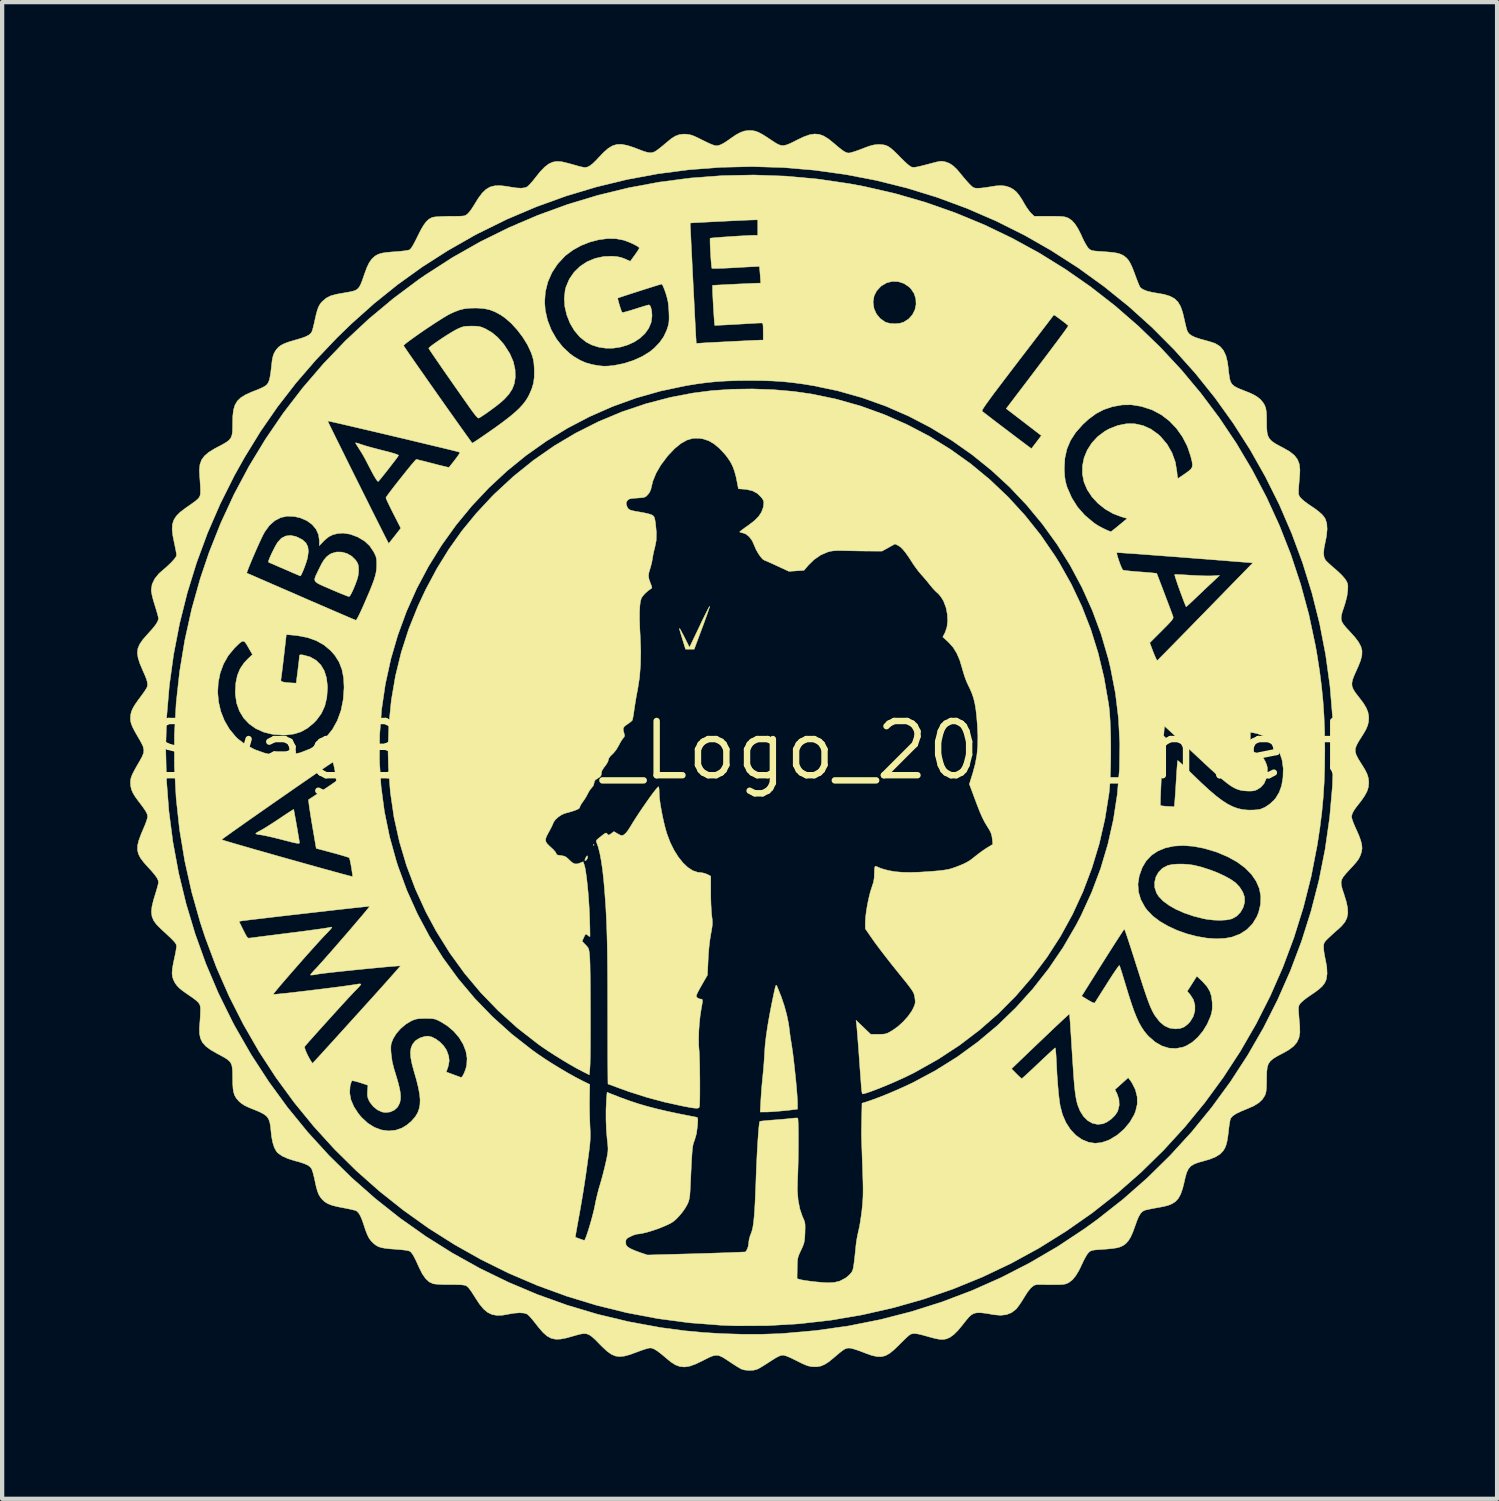
<source format=kicad_pcb>
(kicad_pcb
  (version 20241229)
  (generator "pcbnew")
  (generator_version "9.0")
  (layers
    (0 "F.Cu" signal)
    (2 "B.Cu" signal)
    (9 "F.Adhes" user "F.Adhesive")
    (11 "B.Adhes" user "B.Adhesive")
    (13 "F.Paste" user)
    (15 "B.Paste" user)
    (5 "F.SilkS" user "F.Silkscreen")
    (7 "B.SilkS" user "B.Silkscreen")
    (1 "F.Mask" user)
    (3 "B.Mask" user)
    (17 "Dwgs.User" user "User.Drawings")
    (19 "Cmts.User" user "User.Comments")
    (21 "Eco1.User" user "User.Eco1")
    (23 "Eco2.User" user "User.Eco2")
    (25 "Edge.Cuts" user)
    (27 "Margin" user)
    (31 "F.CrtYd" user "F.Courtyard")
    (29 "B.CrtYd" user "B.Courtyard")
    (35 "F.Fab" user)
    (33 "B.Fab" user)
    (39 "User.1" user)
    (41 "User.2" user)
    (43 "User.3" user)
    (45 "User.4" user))
  (footprint "SwagBadge_Logo_2022_Invert"
    (layer "F.Cu")
    (at 14.504 14.524)
    (property "Reference" "SwagBadge_Logo_2022_Invert" (at 0 0 0) (layer "F.SilkS") (effects (font (size 1.27 1.27) (thickness 0.15))))
    (attr through_hole)
    (fp_poly (pts (xy -0.868 -2.362) (xy -0.862 -2.325) (xy -0.857 -2.252) (xy -0.853 -2.149) (xy -0.85 -2.024) (xy -0.848 -1.882) (xy -0.847 -1.73) (xy -0.847 -1.574) (xy -0.848 -1.422) (xy -0.849 -1.278) (xy -0.852 -1.15) (xy -0.856 -1.044) (xy -0.861 -0.967) (xy -0.866 -0.925) (xy -0.867 -0.922) (xy -0.876 -0.903) (xy -0.889 -0.888) (xy -0.91 -0.878) (xy -0.946 -0.872) (xy -0.999 -0.871) (xy -1.076 -0.874) (xy -1.182 -0.88) (xy -1.32 -0.89) (xy -1.48 -0.903) (xy -1.602 -0.914) (xy -1.711 -0.926) (xy -1.798 -0.938) (xy -1.856 -0.948) (xy -1.877 -0.956) (xy -1.886 -0.984) (xy -1.893 -1.048) (xy -1.899 -1.142) (xy -1.904 -1.259) (xy -1.906 -1.393) (xy -1.908 -1.538) (xy -1.908 -1.688) (xy -1.906 -1.836) (xy -1.904 -1.975) (xy -1.899 -2.101) (xy -1.894 -2.205) (xy -1.887 -2.283) (xy -1.878 -2.327) (xy -1.875 -2.334) (xy -1.845 -2.349) (xy -1.784 -2.361) (xy -1.69 -2.371) (xy -1.563 -2.379) (xy -1.434 -2.385) (xy -1.3 -2.393) (xy -1.175 -2.4) (xy -1.085 -2.406) (xy -0.89 -2.419) (xy -0.868 -2.362)) (stroke (width 0.01) (type solid)) (fill yes) (layer "F.Mask"))
    (fp_poly (pts (xy 3.449 -4.836) (xy 3.518 -4.806) (xy 3.595 -4.743) (xy 3.673 -4.655) (xy 3.744 -4.548) (xy 3.759 -4.522) (xy 3.821 -4.42) (xy 3.911 -4.294) (xy 4.024 -4.15) (xy 4.156 -3.991) (xy 4.304 -3.823) (xy 4.385 -3.736) (xy 4.492 -3.61) (xy 4.568 -3.491) (xy 4.618 -3.369) (xy 4.646 -3.233) (xy 4.656 -3.069) (xy 4.656 -3.021) (xy 4.652 -2.92) (xy 4.642 -2.846) (xy 4.621 -2.785) (xy 4.606 -2.753) (xy 4.556 -2.659) (xy 4.672 -2.554) (xy 4.785 -2.424) (xy 4.882 -2.255) (xy 4.964 -2.051) (xy 5.006 -1.902) (xy 5.046 -1.766) (xy 5.095 -1.636) (xy 5.143 -1.533) (xy 5.201 -1.415) (xy 5.248 -1.29) (xy 5.285 -1.152) (xy 5.314 -0.993) (xy 5.336 -0.807) (xy 5.354 -0.587) (xy 5.355 -0.562) (xy 5.365 -0.302) (xy 5.36 -0.072) (xy 5.339 0.14) (xy 5.301 0.343) (xy 5.254 0.518) (xy 5.225 0.617) (xy 5.202 0.701) (xy 5.185 0.762) (xy 5.179 0.793) (xy 5.179 0.793) (xy 5.186 0.819) (xy 5.206 0.878) (xy 5.236 0.963) (xy 5.274 1.069) (xy 5.318 1.188) (xy 5.321 1.196) (xy 5.387 1.369) (xy 5.446 1.508) (xy 5.501 1.622) (xy 5.556 1.717) (xy 5.575 1.746) (xy 5.629 1.831) (xy 5.663 1.895) (xy 5.684 1.952) (xy 5.695 2.015) (xy 5.7 2.064) (xy 5.713 2.212) (xy 5.529 2.333) (xy 5.434 2.397) (xy 5.338 2.466) (xy 5.255 2.528) (xy 5.226 2.551) (xy 5.105 2.632) (xy 4.946 2.709) (xy 4.887 2.732) (xy 4.804 2.764) (xy 4.733 2.787) (xy 4.665 2.805) (xy 4.591 2.818) (xy 4.5 2.829) (xy 4.382 2.84) (xy 4.297 2.848) (xy 3.999 2.867) (xy 3.742 2.875) (xy 3.526 2.87) (xy 3.349 2.853) (xy 3.26 2.836) (xy 3.159 2.809) (xy 3.054 2.775) (xy 2.974 2.746) (xy 2.896 2.715) (xy 2.823 2.691) (xy 2.782 2.679) (xy 2.729 2.656) (xy 2.667 2.612) (xy 2.636 2.583) (xy 2.555 2.501) (xy 2.593 2.308) (xy 2.614 2.171) (xy 2.621 2.047) (xy 2.615 1.926) (xy 2.6 1.737) (xy 2.759 1.244) (xy 2.81 1.082) (xy 2.864 0.91) (xy 2.917 0.74) (xy 2.965 0.583) (xy 3.005 0.452) (xy 3.015 0.419) (xy 3.113 0.086) (xy 3.071 -0.153) (xy 3.049 -0.259) (xy 3.014 -0.393) (xy 2.967 -0.557) (xy 2.905 -0.754) (xy 2.829 -0.986) (xy 2.806 -1.057) (xy 2.74 -1.252) (xy 2.688 -1.413) (xy 2.646 -1.545) (xy 2.614 -1.655) (xy 2.59 -1.748) (xy 2.572 -1.829) (xy 2.559 -1.904) (xy 2.551 -1.956) (xy 2.52 -2.128) (xy 2.473 -2.312) (xy 2.412 -2.496) (xy 2.343 -2.669) (xy 2.268 -2.82) (xy 2.208 -2.918) (xy 2.005 -3.189) (xy 1.801 -3.428) (xy 1.586 -3.648) (xy 1.531 -3.699) (xy 1.273 -3.937) (xy 1.156 -3.937) (xy 1.065 -3.93) (xy 0.977 -3.904) (xy 0.905 -3.871) (xy 0.771 -3.806) (xy 0.701 -3.627) (xy 0.669 -3.544) (xy 0.649 -3.481) (xy 0.64 -3.424) (xy 0.638 -3.359) (xy 0.642 -3.27) (xy 0.645 -3.232) (xy 0.659 -3.069) (xy 0.679 -2.909) (xy 0.707 -2.742) (xy 0.745 -2.557) (xy 0.795 -2.343) (xy 0.797 -2.335) (xy 0.827 -2.211) (xy 0.847 -2.121) (xy 0.858 -2.059) (xy 0.86 -2.019) (xy 0.855 -1.993) (xy 0.847 -1.98) (xy 0.834 -1.97) (xy 0.819 -1.975) (xy 0.799 -2) (xy 0.771 -2.049) (xy 0.731 -2.128) (xy 0.676 -2.24) (xy 0.676 -2.241) (xy 0.616 -2.371) (xy 0.555 -2.516) (xy 0.498 -2.659) (xy 0.453 -2.783) (xy 0.449 -2.798) (xy 0.41 -2.922) (xy 0.384 -3.022) (xy 0.367 -3.115) (xy 0.356 -3.217) (xy 0.351 -3.303) (xy 0.348 -3.475) (xy 0.36 -3.615) (xy 0.39 -3.732) (xy 0.439 -3.834) (xy 0.51 -3.93) (xy 0.533 -3.955) (xy 0.666 -4.076) (xy 0.806 -4.158) (xy 0.964 -4.207) (xy 1.084 -4.224) (xy 1.268 -4.239) (xy 1.359 -4.352) (xy 1.477 -4.477) (xy 1.612 -4.574) (xy 1.767 -4.645) (xy 1.947 -4.69) (xy 2.153 -4.71) (xy 2.39 -4.706) (xy 2.54 -4.694) (xy 2.719 -4.679) (xy 2.866 -4.676) (xy 2.987 -4.685) (xy 3.09 -4.708) (xy 3.185 -4.745) (xy 3.238 -4.772) (xy 3.316 -4.814) (xy 3.372 -4.835) (xy 3.418 -4.84) (xy 3.449 -4.836)) (stroke (width 0.01) (type solid)) (fill yes) (layer "F.Mask"))
    (fp_poly (pts (xy -3.641 2.212) (xy -3.651 2.223) (xy -3.662 2.212) (xy -3.651 2.201) (xy -3.641 2.212)) (stroke (width 0.01) (type solid)) (fill yes) (layer "F.SilkS"))
    (fp_poly (pts (xy -3.793 2.483) (xy -3.799 2.527) (xy -3.825 2.567) (xy -3.855 2.582) (xy -3.859 2.566) (xy -3.844 2.526) (xy -3.838 2.514) (xy -3.813 2.472) (xy -3.799 2.467) (xy -3.793 2.483)) (stroke (width 0.01) (type solid)) (fill yes) (layer "F.SilkS"))
    (fp_poly (pts (xy -0.94 -3.355) (xy -0.958 -3.299) (xy -0.986 -3.215) (xy -1.025 -3.107) (xy -1.07 -2.981) (xy -1.112 -2.869) (xy -1.298 -2.371) (xy -1.5 -2.371) (xy -1.557 -2.556) (xy -1.593 -2.672) (xy -1.618 -2.755) (xy -1.633 -2.808) (xy -1.641 -2.839) (xy -1.642 -2.854) (xy -1.64 -2.857) (xy -1.639 -2.857) (xy -1.627 -2.84) (xy -1.6 -2.791) (xy -1.562 -2.72) (xy -1.519 -2.636) (xy -1.408 -2.414) (xy -1.176 -2.9) (xy -1.114 -3.031) (xy -1.056 -3.149) (xy -1.007 -3.247) (xy -0.969 -3.321) (xy -0.944 -3.365) (xy -0.936 -3.377) (xy -0.94 -3.355)) (stroke (width 0.01) (type solid)) (fill yes) (layer "F.SilkS"))
    (fp_poly (pts (xy 10.035 -4.12) (xy 10.122 -4.116) (xy 10.229 -4.11) (xy 10.32 -4.104) (xy 10.453 -4.097) (xy 10.586 -4.091) (xy 10.707 -4.088) (xy 10.804 -4.088) (xy 10.841 -4.09) (xy 11.005 -4.099) (xy 10.768 -3.876) (xy 10.669 -3.783) (xy 10.567 -3.686) (xy 10.472 -3.596) (xy 10.395 -3.522) (xy 10.381 -3.509) (xy 10.316 -3.448) (xy 10.264 -3.4) (xy 10.23 -3.371) (xy 10.222 -3.366) (xy 10.212 -3.385) (xy 10.191 -3.437) (xy 10.16 -3.517) (xy 10.122 -3.619) (xy 10.079 -3.735) (xy 10.078 -3.737) (xy 10.036 -3.854) (xy 10.001 -3.958) (xy 9.974 -4.04) (xy 9.957 -4.096) (xy 9.954 -4.119) (xy 9.954 -4.119) (xy 9.977 -4.121) (xy 10.035 -4.12)) (stroke (width 0.01) (type solid)) (fill yes) (layer "F.SilkS"))
    (fp_poly (pts (xy -10.626 -5.011) (xy -10.496 -4.948) (xy -10.466 -4.929) (xy -10.39 -4.859) (xy -10.346 -4.773) (xy -10.332 -4.665) (xy -10.349 -4.533) (xy -10.361 -4.48) (xy -10.382 -4.41) (xy -10.41 -4.329) (xy -10.441 -4.247) (xy -10.472 -4.173) (xy -10.498 -4.117) (xy -10.516 -4.089) (xy -10.52 -4.087) (xy -10.542 -4.095) (xy -10.596 -4.118) (xy -10.677 -4.152) (xy -10.777 -4.196) (xy -10.89 -4.245) (xy -11.005 -4.294) (xy -11.107 -4.339) (xy -11.188 -4.374) (xy -11.244 -4.398) (xy -11.267 -4.408) (xy -11.267 -4.428) (xy -11.251 -4.478) (xy -11.222 -4.548) (xy -11.184 -4.63) (xy -11.142 -4.715) (xy -11.1 -4.795) (xy -11.06 -4.862) (xy -11.047 -4.881) (xy -10.964 -4.971) (xy -10.864 -5.022) (xy -10.75 -5.036) (xy -10.626 -5.011)) (stroke (width 0.01) (type solid)) (fill yes) (layer "F.SilkS"))
    (fp_poly (pts (xy -9.55 -4.646) (xy -9.428 -4.612) (xy -9.317 -4.548) (xy -9.226 -4.458) (xy -9.218 -4.447) (xy -9.183 -4.391) (xy -9.164 -4.34) (xy -9.157 -4.276) (xy -9.156 -4.215) (xy -9.16 -4.142) (xy -9.172 -4.072) (xy -9.195 -3.993) (xy -9.232 -3.892) (xy -9.252 -3.842) (xy -9.294 -3.744) (xy -9.332 -3.667) (xy -9.362 -3.619) (xy -9.377 -3.605) (xy -9.406 -3.611) (xy -9.466 -3.633) (xy -9.552 -3.667) (xy -9.659 -3.711) (xy -9.778 -3.762) (xy -9.806 -3.774) (xy -9.944 -3.834) (xy -10.047 -3.879) (xy -10.119 -3.917) (xy -10.164 -3.951) (xy -10.183 -3.988) (xy -10.181 -4.032) (xy -10.161 -4.089) (xy -10.125 -4.164) (xy -10.088 -4.241) (xy -10.024 -4.369) (xy -9.966 -4.464) (xy -9.908 -4.533) (xy -9.843 -4.585) (xy -9.788 -4.615) (xy -9.673 -4.648) (xy -9.55 -4.646)) (stroke (width 0.01) (type solid)) (fill yes) (layer "F.SilkS"))
    (fp_poly (pts (xy -9.211 -7.203) (xy -9.163 -7.19) (xy -9.097 -7.167) (xy -9.096 -7.167) (xy -9.032 -7.146) (xy -8.936 -7.117) (xy -8.818 -7.085) (xy -8.689 -7.051) (xy -8.588 -7.025) (xy -8.438 -6.987) (xy -8.328 -6.956) (xy -8.258 -6.932) (xy -8.224 -6.915) (xy -8.222 -6.907) (xy -8.238 -6.882) (xy -8.275 -6.831) (xy -8.328 -6.761) (xy -8.392 -6.678) (xy -8.46 -6.59) (xy -8.529 -6.502) (xy -8.593 -6.423) (xy -8.646 -6.357) (xy -8.683 -6.313) (xy -8.698 -6.298) (xy -8.716 -6.31) (xy -8.747 -6.352) (xy -8.787 -6.417) (xy -8.812 -6.461) (xy -8.864 -6.559) (xy -8.919 -6.664) (xy -8.966 -6.755) (xy -8.975 -6.773) (xy -9.023 -6.864) (xy -9.083 -6.967) (xy -9.136 -7.051) (xy -9.179 -7.119) (xy -9.212 -7.172) (xy -9.228 -7.201) (xy -9.229 -7.204) (xy -9.211 -7.203)) (stroke (width 0.01) (type solid)) (fill yes) (layer "F.SilkS"))
    (fp_poly (pts (xy -10.677 1.38) (xy -10.672 1.402) (xy -10.662 1.457) (xy -10.647 1.538) (xy -10.629 1.637) (xy -10.61 1.746) (xy -10.59 1.856) (xy -10.573 1.961) (xy -10.557 2.051) (xy -10.547 2.119) (xy -10.541 2.157) (xy -10.541 2.161) (xy -10.545 2.172) (xy -10.561 2.176) (xy -10.593 2.174) (xy -10.647 2.164) (xy -10.728 2.146) (xy -10.839 2.117) (xy -10.975 2.082) (xy -11.102 2.05) (xy -11.225 2.021) (xy -11.333 1.997) (xy -11.417 1.981) (xy -11.456 1.975) (xy -11.519 1.966) (xy -11.558 1.954) (xy -11.566 1.944) (xy -11.542 1.925) (xy -11.492 1.895) (xy -11.444 1.87) (xy -11.391 1.84) (xy -11.311 1.791) (xy -11.212 1.728) (xy -11.102 1.657) (xy -11.009 1.595) (xy -10.906 1.526) (xy -10.816 1.466) (xy -10.744 1.42) (xy -10.696 1.39) (xy -10.678 1.38) (xy -10.677 1.38)) (stroke (width 0.01) (type solid)) (fill yes) (layer "F.SilkS"))
    (fp_poly (pts (xy 10.164 2.661) (xy 10.297 2.671) (xy 10.403 2.687) (xy 10.589 2.733) (xy 10.777 2.794) (xy 10.96 2.864) (xy 11.127 2.942) (xy 11.27 3.021) (xy 11.381 3.1) (xy 11.385 3.103) (xy 11.478 3.203) (xy 11.549 3.317) (xy 11.589 3.431) (xy 11.589 3.434) (xy 11.592 3.556) (xy 11.558 3.677) (xy 11.495 3.788) (xy 11.408 3.878) (xy 11.301 3.939) (xy 11.277 3.947) (xy 11.164 3.969) (xy 11.024 3.977) (xy 10.868 3.972) (xy 10.71 3.954) (xy 10.626 3.938) (xy 10.394 3.879) (xy 10.18 3.806) (xy 9.987 3.721) (xy 9.82 3.626) (xy 9.682 3.524) (xy 9.58 3.417) (xy 9.53 3.339) (xy 9.488 3.213) (xy 9.485 3.084) (xy 9.515 2.96) (xy 9.577 2.85) (xy 9.667 2.759) (xy 9.782 2.697) (xy 9.813 2.687) (xy 9.908 2.669) (xy 10.03 2.66) (xy 10.164 2.661)) (stroke (width 0.01) (type solid)) (fill yes) (layer "F.SilkS"))
    (fp_poly (pts (xy 0.635 5.509) (xy 0.648 5.538) (xy 0.66 5.567) (xy 0.742 5.772) (xy 0.814 5.986) (xy 0.871 6.197) (xy 0.911 6.39) (xy 0.922 6.467) (xy 0.936 6.579) (xy 0.95 6.687) (xy 0.964 6.778) (xy 0.973 6.831) (xy 0.989 6.932) (xy 1.008 7.064) (xy 1.028 7.219) (xy 1.047 7.389) (xy 1.066 7.566) (xy 1.084 7.741) (xy 1.099 7.908) (xy 1.111 8.056) (xy 1.119 8.18) (xy 1.122 8.269) (xy 1.122 8.269) (xy 1.122 8.399) (xy 1.021 8.412) (xy 0.901 8.427) (xy 0.766 8.44) (xy 0.63 8.452) (xy 0.506 8.461) (xy 0.405 8.466) (xy 0.373 8.466) (xy 0.248 8.467) (xy 0.263 8.186) (xy 0.272 8.046) (xy 0.284 7.886) (xy 0.298 7.731) (xy 0.308 7.631) (xy 0.322 7.493) (xy 0.335 7.335) (xy 0.345 7.178) (xy 0.351 7.07) (xy 0.364 6.89) (xy 0.389 6.677) (xy 0.425 6.436) (xy 0.471 6.173) (xy 0.525 5.894) (xy 0.541 5.821) (xy 0.568 5.69) (xy 0.589 5.597) (xy 0.603 5.536) (xy 0.615 5.504) (xy 0.625 5.497) (xy 0.635 5.509)) (stroke (width 0.01) (type solid)) (fill yes) (layer "F.SilkS"))
    (fp_poly (pts (xy -6.41 -9.936) (xy -6.338 -9.929) (xy -6.276 -9.913) (xy -6.209 -9.885) (xy -6.181 -9.872) (xy -6.034 -9.786) (xy -5.9 -9.674) (xy -5.771 -9.529) (xy -5.738 -9.485) (xy -5.616 -9.294) (xy -5.534 -9.106) (xy -5.492 -8.918) (xy -5.488 -8.731) (xy -5.511 -8.59) (xy -5.559 -8.464) (xy -5.638 -8.343) (xy -5.743 -8.227) (xy -5.809 -8.167) (xy -5.901 -8.092) (xy -6.009 -8.01) (xy -6.123 -7.927) (xy -6.232 -7.852) (xy -6.327 -7.791) (xy -6.343 -7.782) (xy -6.367 -7.792) (xy -6.41 -7.836) (xy -6.47 -7.913) (xy -6.515 -7.974) (xy -6.668 -8.191) (xy -6.814 -8.399) (xy -6.951 -8.595) (xy -7.078 -8.777) (xy -7.192 -8.941) (xy -7.291 -9.085) (xy -7.375 -9.207) (xy -7.441 -9.304) (xy -7.487 -9.373) (xy -7.511 -9.412) (xy -7.514 -9.419) (xy -7.497 -9.44) (xy -7.451 -9.478) (xy -7.381 -9.529) (xy -7.296 -9.589) (xy -7.201 -9.653) (xy -7.103 -9.717) (xy -7.008 -9.776) (xy -6.924 -9.826) (xy -6.856 -9.863) (xy -6.844 -9.869) (xy -6.767 -9.903) (xy -6.704 -9.924) (xy -6.637 -9.934) (xy -6.551 -9.937) (xy -6.509 -9.938) (xy -6.41 -9.936)) (stroke (width 0.01) (type solid)) (fill yes) (layer "F.SilkS"))
    (fp_poly (pts (xy -2.125 0.867) (xy -2.119 0.918) (xy -2.117 0.991) (xy -2.117 1.008) (xy -2.111 1.106) (xy -2.095 1.234) (xy -2.07 1.382) (xy -2.04 1.54) (xy -2.005 1.697) (xy -1.968 1.844) (xy -1.934 1.958) (xy -1.859 2.155) (xy -1.77 2.335) (xy -1.669 2.495) (xy -1.561 2.631) (xy -1.448 2.738) (xy -1.333 2.813) (xy -1.221 2.852) (xy -1.169 2.857) (xy -1.089 2.868) (xy -1.008 2.894) (xy -0.994 2.9) (xy -0.91 2.943) (xy -0.91 3.316) (xy -0.909 3.454) (xy -0.905 3.593) (xy -0.898 3.721) (xy -0.891 3.826) (xy -0.886 3.873) (xy -0.875 3.96) (xy -0.872 4.031) (xy -0.875 4.101) (xy -0.887 4.184) (xy -0.907 4.294) (xy -0.908 4.299) (xy -0.931 4.442) (xy -0.951 4.614) (xy -0.966 4.799) (xy -0.971 4.9) (xy -0.988 5.26) (xy -1.127 5.503) (xy -1.183 5.603) (xy -1.22 5.673) (xy -1.24 5.72) (xy -1.247 5.75) (xy -1.242 5.771) (xy -1.233 5.784) (xy -1.186 5.814) (xy -1.15 5.821) (xy -1.124 5.823) (xy -1.109 5.834) (xy -1.103 5.86) (xy -1.108 5.911) (xy -1.122 5.991) (xy -1.132 6.046) (xy -1.157 6.205) (xy -1.176 6.383) (xy -1.189 6.566) (xy -1.194 6.743) (xy -1.192 6.9) (xy -1.186 6.988) (xy -1.18 7.058) (xy -1.176 7.157) (xy -1.172 7.28) (xy -1.169 7.418) (xy -1.167 7.567) (xy -1.165 7.719) (xy -1.165 7.869) (xy -1.165 8.009) (xy -1.166 8.133) (xy -1.169 8.235) (xy -1.172 8.308) (xy -1.176 8.347) (xy -1.177 8.349) (xy -1.189 8.366) (xy -1.212 8.376) (xy -1.253 8.378) (xy -1.317 8.372) (xy -1.41 8.357) (xy -1.537 8.333) (xy -1.556 8.33) (xy -1.978 8.238) (xy -2.404 8.124) (xy -2.816 7.993) (xy -3.025 7.918) (xy -3.127 7.88) (xy -3.213 7.847) (xy -3.278 7.824) (xy -3.312 7.812) (xy -3.316 7.811) (xy -3.317 7.79) (xy -3.318 7.73) (xy -3.319 7.634) (xy -3.32 7.506) (xy -3.321 7.348) (xy -3.322 7.163) (xy -3.322 6.956) (xy -3.323 6.728) (xy -3.323 6.484) (xy -3.323 6.226) (xy -3.323 6.144) (xy -3.324 5.758) (xy -3.325 5.41) (xy -3.327 5.096) (xy -3.33 4.812) (xy -3.334 4.554) (xy -3.34 4.318) (xy -3.347 4.099) (xy -3.356 3.894) (xy -3.366 3.698) (xy -3.379 3.508) (xy -3.393 3.318) (xy -3.409 3.126) (xy -3.419 3.016) (xy -3.444 2.791) (xy -3.474 2.587) (xy -3.507 2.409) (xy -3.544 2.264) (xy -3.569 2.192) (xy -3.584 2.153) (xy -3.591 2.127) (xy -3.585 2.103) (xy -3.56 2.076) (xy -3.512 2.037) (xy -3.44 1.98) (xy -3.391 1.944) (xy -3.363 1.932) (xy -3.344 1.941) (xy -3.333 1.955) (xy -3.312 1.978) (xy -3.29 1.978) (xy -3.252 1.954) (xy -3.242 1.946) (xy -3.178 1.899) (xy -3.087 1.952) (xy -3.03 1.982) (xy -2.993 1.992) (xy -2.961 1.984) (xy -2.939 1.971) (xy -2.9 1.937) (xy -2.852 1.878) (xy -2.805 1.805) (xy -2.801 1.8) (xy -2.739 1.697) (xy -2.666 1.582) (xy -2.586 1.46) (xy -2.503 1.337) (xy -2.42 1.217) (xy -2.341 1.105) (xy -2.27 1.007) (xy -2.209 0.929) (xy -2.163 0.874) (xy -2.136 0.849) (xy -2.133 0.848) (xy -2.125 0.867)) (stroke (width 0.01) (type solid)) (fill yes) (layer "F.SilkS"))
    (fp_poly (pts (xy 0.555 -8.449) (xy 1.029 -8.408) (xy 1.45 -8.348) (xy 2.031 -8.227) (xy 2.599 -8.066) (xy 3.151 -7.867) (xy 3.687 -7.631) (xy 4.205 -7.36) (xy 4.701 -7.053) (xy 5.176 -6.714) (xy 5.626 -6.342) (xy 6.051 -5.939) (xy 6.447 -5.507) (xy 6.815 -5.046) (xy 7.15 -4.558) (xy 7.255 -4.39) (xy 7.537 -3.887) (xy 7.781 -3.37) (xy 7.989 -2.836) (xy 8.161 -2.284) (xy 8.299 -1.709) (xy 8.403 -1.111) (xy 8.418 -1.005) (xy 8.431 -0.87) (xy 8.442 -0.7) (xy 8.45 -0.504) (xy 8.456 -0.29) (xy 8.458 -0.065) (xy 8.457 0.162) (xy 8.453 0.384) (xy 8.446 0.592) (xy 8.437 0.779) (xy 8.424 0.937) (xy 8.418 0.995) (xy 8.322 1.598) (xy 8.188 2.185) (xy 8.015 2.755) (xy 7.806 3.307) (xy 7.561 3.839) (xy 7.281 4.35) (xy 6.966 4.839) (xy 6.618 5.304) (xy 6.238 5.745) (xy 5.827 6.159) (xy 5.384 6.546) (xy 4.913 6.904) (xy 4.412 7.232) (xy 3.884 7.529) (xy 3.77 7.587) (xy 3.645 7.648) (xy 3.505 7.712) (xy 3.359 7.777) (xy 3.211 7.84) (xy 3.068 7.898) (xy 2.935 7.95) (xy 2.819 7.993) (xy 2.727 8.024) (xy 2.663 8.041) (xy 2.644 8.043) (xy 2.635 8.024) (xy 2.625 7.973) (xy 2.617 7.9) (xy 2.616 7.89) (xy 2.612 7.828) (xy 2.605 7.731) (xy 2.596 7.607) (xy 2.585 7.461) (xy 2.574 7.303) (xy 2.562 7.139) (xy 2.562 7.133) (xy 2.55 6.972) (xy 2.538 6.819) (xy 2.528 6.682) (xy 2.518 6.566) (xy 2.511 6.479) (xy 2.506 6.427) (xy 2.505 6.424) (xy 2.492 6.318) (xy 2.664 6.482) (xy 2.836 6.646) (xy 3.015 6.646) (xy 3.104 6.645) (xy 3.167 6.639) (xy 3.22 6.624) (xy 3.278 6.595) (xy 3.352 6.551) (xy 3.475 6.463) (xy 3.596 6.353) (xy 3.706 6.231) (xy 3.794 6.108) (xy 3.835 6.031) (xy 3.865 5.96) (xy 3.878 5.905) (xy 3.876 5.845) (xy 3.868 5.783) (xy 3.861 5.745) (xy 3.852 5.71) (xy 3.838 5.675) (xy 3.816 5.634) (xy 3.782 5.584) (xy 3.734 5.519) (xy 3.67 5.436) (xy 3.584 5.33) (xy 3.476 5.196) (xy 3.456 5.171) (xy 3.344 5.032) (xy 3.232 4.889) (xy 3.124 4.75) (xy 3.026 4.621) (xy 2.944 4.511) (xy 2.887 4.431) (xy 2.709 4.174) (xy 2.709 4.018) (xy 2.716 3.905) (xy 2.733 3.765) (xy 2.759 3.611) (xy 2.791 3.457) (xy 2.826 3.315) (xy 2.863 3.2) (xy 2.866 3.19) (xy 2.9 3.087) (xy 2.917 2.987) (xy 2.921 2.878) (xy 2.924 2.789) (xy 2.931 2.731) (xy 2.943 2.709) (xy 2.943 2.709) (xy 2.976 2.718) (xy 3.025 2.74) (xy 3.029 2.742) (xy 3.079 2.762) (xy 3.157 2.786) (xy 3.247 2.809) (xy 3.277 2.816) (xy 3.413 2.839) (xy 3.57 2.852) (xy 3.754 2.856) (xy 3.968 2.85) (xy 4.218 2.834) (xy 4.297 2.828) (xy 4.432 2.816) (xy 4.536 2.804) (xy 4.619 2.791) (xy 4.692 2.775) (xy 4.766 2.752) (xy 4.852 2.721) (xy 4.875 2.712) (xy 4.995 2.664) (xy 5.088 2.618) (xy 5.172 2.566) (xy 5.26 2.498) (xy 5.267 2.492) (xy 5.356 2.422) (xy 5.451 2.352) (xy 5.538 2.293) (xy 5.562 2.278) (xy 5.695 2.197) (xy 5.682 2.067) (xy 5.671 1.996) (xy 5.652 1.933) (xy 5.619 1.866) (xy 5.566 1.78) (xy 5.558 1.767) (xy 5.505 1.679) (xy 5.451 1.573) (xy 5.394 1.444) (xy 5.331 1.283) (xy 5.297 1.193) (xy 5.146 0.788) (xy 5.227 0.527) (xy 5.284 0.315) (xy 5.322 0.107) (xy 5.342 -0.11) (xy 5.345 -0.346) (xy 5.334 -0.576) (xy 5.318 -0.781) (xy 5.299 -0.953) (xy 5.275 -1.098) (xy 5.244 -1.226) (xy 5.204 -1.343) (xy 5.154 -1.458) (xy 5.121 -1.524) (xy 5.075 -1.625) (xy 5.03 -1.748) (xy 4.992 -1.873) (xy 4.984 -1.902) (xy 4.924 -2.106) (xy 4.852 -2.275) (xy 4.766 -2.415) (xy 4.66 -2.532) (xy 4.652 -2.54) (xy 4.524 -2.657) (xy 4.58 -2.767) (xy 4.621 -2.889) (xy 4.638 -3.034) (xy 4.63 -3.189) (xy 4.6 -3.344) (xy 4.546 -3.488) (xy 4.524 -3.53) (xy 4.477 -3.602) (xy 4.424 -3.666) (xy 4.392 -3.695) (xy 4.345 -3.738) (xy 4.286 -3.802) (xy 4.226 -3.874) (xy 4.222 -3.879) (xy 4.155 -3.963) (xy 4.08 -4.051) (xy 4.019 -4.12) (xy 3.959 -4.19) (xy 3.891 -4.28) (xy 3.826 -4.373) (xy 3.813 -4.395) (xy 3.722 -4.534) (xy 3.647 -4.639) (xy 3.583 -4.716) (xy 3.529 -4.768) (xy 3.479 -4.8) (xy 3.404 -4.836) (xy 3.253 -4.752) (xy 3.101 -4.668) (xy 2.836 -4.669) (xy 2.709 -4.67) (xy 2.558 -4.672) (xy 2.403 -4.675) (xy 2.265 -4.678) (xy 2.132 -4.681) (xy 2.032 -4.68) (xy 1.955 -4.674) (xy 1.89 -4.664) (xy 1.831 -4.648) (xy 1.665 -4.577) (xy 1.507 -4.467) (xy 1.377 -4.339) (xy 1.273 -4.218) (xy 1.097 -4.206) (xy 0.921 -4.194) (xy 0.656 -4.317) (xy 0.556 -4.363) (xy 0.465 -4.404) (xy 0.394 -4.435) (xy 0.351 -4.452) (xy 0.346 -4.454) (xy 0.304 -4.482) (xy 0.254 -4.54) (xy 0.201 -4.617) (xy 0.152 -4.702) (xy 0.116 -4.787) (xy 0.113 -4.794) (xy 0.062 -4.909) (xy -0.006 -5.002) (xy -0.082 -5.065) (xy -0.149 -5.091) (xy -0.202 -5.103) (xy -0.23 -5.115) (xy -0.232 -5.119) (xy -0.215 -5.136) (xy -0.17 -5.171) (xy -0.104 -5.22) (xy -0.025 -5.275) (xy 0.111 -5.379) (xy 0.211 -5.479) (xy 0.278 -5.581) (xy 0.318 -5.69) (xy 0.327 -5.742) (xy 0.333 -5.807) (xy 0.324 -5.853) (xy 0.295 -5.901) (xy 0.274 -5.928) (xy 0.18 -6.02) (xy 0.065 -6.081) (xy -0.075 -6.113) (xy -0.116 -6.117) (xy -0.263 -6.128) (xy -0.281 -6.223) (xy -0.316 -6.4) (xy -0.355 -6.544) (xy -0.4 -6.664) (xy -0.457 -6.771) (xy -0.528 -6.874) (xy -0.576 -6.934) (xy -0.707 -7.075) (xy -0.833 -7.18) (xy -0.959 -7.253) (xy -1.093 -7.297) (xy -1.185 -7.312) (xy -1.325 -7.31) (xy -1.464 -7.27) (xy -1.605 -7.192) (xy -1.75 -7.075) (xy -1.9 -6.918) (xy -1.932 -6.88) (xy -2.08 -6.683) (xy -2.191 -6.492) (xy -2.265 -6.31) (xy -2.29 -6.21) (xy -2.313 -6.113) (xy -2.344 -6.043) (xy -2.382 -5.993) (xy -2.415 -5.959) (xy -2.447 -5.937) (xy -2.487 -5.924) (xy -2.549 -5.917) (xy -2.636 -5.911) (xy -2.729 -5.905) (xy -2.789 -5.896) (xy -2.827 -5.883) (xy -2.853 -5.863) (xy -2.864 -5.85) (xy -2.888 -5.81) (xy -2.89 -5.772) (xy -2.875 -5.723) (xy -2.858 -5.683) (xy -2.836 -5.655) (xy -2.801 -5.633) (xy -2.746 -5.616) (xy -2.664 -5.599) (xy -2.557 -5.581) (xy -2.461 -5.563) (xy -2.374 -5.544) (xy -2.31 -5.524) (xy -2.29 -5.516) (xy -2.258 -5.496) (xy -2.236 -5.468) (xy -2.221 -5.423) (xy -2.208 -5.35) (xy -2.204 -5.323) (xy -2.183 -5.104) (xy -2.188 -4.912) (xy -2.22 -4.752) (xy -2.245 -4.657) (xy -2.266 -4.554) (xy -2.274 -4.501) (xy -2.291 -4.406) (xy -2.317 -4.303) (xy -2.33 -4.26) (xy -2.359 -4.163) (xy -2.368 -4.086) (xy -2.356 -4.011) (xy -2.324 -3.921) (xy -2.324 -3.92) (xy -2.298 -3.855) (xy -2.289 -3.819) (xy -2.295 -3.799) (xy -2.314 -3.785) (xy -2.381 -3.738) (xy -2.45 -3.675) (xy -2.508 -3.609) (xy -2.532 -3.572) (xy -2.555 -3.501) (xy -2.57 -3.391) (xy -2.578 -3.243) (xy -2.578 -3.06) (xy -2.571 -2.844) (xy -2.562 -2.68) (xy -2.549 -2.332) (xy -2.555 -2.007) (xy -2.578 -1.71) (xy -2.619 -1.446) (xy -2.624 -1.418) (xy -2.646 -1.307) (xy -2.669 -1.175) (xy -2.69 -1.042) (xy -2.7 -0.976) (xy -2.714 -0.877) (xy -2.728 -0.793) (xy -2.74 -0.732) (xy -2.748 -0.706) (xy -2.774 -0.68) (xy -2.823 -0.642) (xy -2.863 -0.615) (xy -2.928 -0.568) (xy -2.958 -0.523) (xy -2.958 -0.468) (xy -2.94 -0.404) (xy -2.927 -0.352) (xy -2.938 -0.315) (xy -2.962 -0.287) (xy -2.996 -0.241) (xy -3.036 -0.173) (xy -3.068 -0.112) (xy -3.122 -0.02) (xy -3.188 0.062) (xy -3.215 0.088) (xy -3.264 0.136) (xy -3.295 0.18) (xy -3.302 0.199) (xy -3.321 0.269) (xy -3.376 0.356) (xy -3.411 0.398) (xy -3.46 0.477) (xy -3.471 0.535) (xy -3.478 0.582) (xy -3.504 0.617) (xy -3.556 0.652) (xy -3.612 0.689) (xy -3.636 0.726) (xy -3.641 0.759) (xy -3.659 0.823) (xy -3.695 0.869) (xy -3.738 0.921) (xy -3.779 0.989) (xy -3.788 1.009) (xy -3.825 1.079) (xy -3.875 1.158) (xy -3.904 1.198) (xy -3.945 1.258) (xy -3.972 1.31) (xy -3.979 1.334) (xy -3.992 1.356) (xy -4.032 1.38) (xy -4.103 1.408) (xy -4.209 1.441) (xy -4.329 1.474) (xy -4.403 1.506) (xy -4.479 1.557) (xy -4.546 1.618) (xy -4.589 1.677) (xy -4.596 1.693) (xy -4.619 1.749) (xy -4.656 1.824) (xy -4.699 1.904) (xy -4.702 1.909) (xy -4.752 2.002) (xy -4.777 2.071) (xy -4.775 2.127) (xy -4.745 2.18) (xy -4.684 2.241) (xy -4.657 2.265) (xy -4.597 2.321) (xy -4.552 2.372) (xy -4.53 2.408) (xy -4.53 2.412) (xy -4.521 2.436) (xy -4.487 2.451) (xy -4.421 2.46) (xy -4.421 2.46) (xy -4.351 2.472) (xy -4.299 2.495) (xy -4.246 2.54) (xy -4.229 2.558) (xy -4.158 2.623) (xy -4.097 2.655) (xy -4.034 2.656) (xy -3.976 2.637) (xy -3.898 2.605) (xy -3.874 2.673) (xy -3.855 2.742) (xy -3.837 2.847) (xy -3.818 2.982) (xy -3.8 3.14) (xy -3.783 3.314) (xy -3.769 3.499) (xy -3.757 3.687) (xy -3.749 3.863) (xy -3.745 4.002) (xy -3.741 4.126) (xy -3.739 4.23) (xy -3.738 4.307) (xy -3.738 4.35) (xy -3.739 4.358) (xy -3.758 4.353) (xy -3.785 4.332) (xy -3.818 4.305) (xy -3.84 4.304) (xy -3.861 4.332) (xy -3.884 4.382) (xy -3.923 4.468) (xy -3.842 4.551) (xy -3.805 4.591) (xy -3.78 4.625) (xy -3.765 4.666) (xy -3.755 4.724) (xy -3.747 4.81) (xy -3.744 4.841) (xy -3.741 4.907) (xy -3.737 5.011) (xy -3.735 5.146) (xy -3.732 5.308) (xy -3.73 5.491) (xy -3.729 5.691) (xy -3.728 5.901) (xy -3.727 6.116) (xy -3.727 6.332) (xy -3.727 6.544) (xy -3.728 6.745) (xy -3.729 6.93) (xy -3.73 7.096) (xy -3.733 7.235) (xy -3.735 7.343) (xy -3.739 7.415) (xy -3.739 7.423) (xy -3.753 7.596) (xy -3.903 7.521) (xy -4.04 7.449) (xy -4.201 7.358) (xy -4.375 7.254) (xy -4.553 7.144) (xy -4.725 7.033) (xy -4.879 6.928) (xy -4.956 6.873) (xy -5.436 6.499) (xy -5.883 6.098) (xy -6.296 5.671) (xy -6.676 5.218) (xy -7.024 4.738) (xy -7.34 4.23) (xy -7.578 3.788) (xy -7.826 3.247) (xy -8.034 2.696) (xy -8.201 2.134) (xy -8.328 1.562) (xy -8.413 0.977) (xy -8.459 0.38) (xy -8.467 0) (xy -8.448 -0.597) (xy -8.39 -1.179) (xy -8.293 -1.746) (xy -8.157 -2.302) (xy -7.98 -2.85) (xy -7.762 -3.391) (xy -7.585 -3.768) (xy -7.325 -4.255) (xy -7.044 -4.71) (xy -6.74 -5.139) (xy -6.405 -5.548) (xy -6.037 -5.944) (xy -5.97 -6.011) (xy -5.528 -6.42) (xy -5.063 -6.794) (xy -4.576 -7.133) (xy -4.067 -7.435) (xy -3.539 -7.701) (xy -2.993 -7.929) (xy -2.429 -8.119) (xy -1.851 -8.27) (xy -1.329 -8.37) (xy -0.882 -8.427) (xy -0.412 -8.459) (xy 0.07 -8.466) (xy 0.555 -8.449)) (stroke (width 0.01) (type solid)) (fill yes) (layer "F.SilkS"))
    (fp_poly (pts (xy 0.072 -14.515) (xy 0.14 -14.501) (xy 0.213 -14.473) (xy 0.298 -14.428) (xy 0.403 -14.362) (xy 0.494 -14.301) (xy 0.592 -14.236) (xy 0.669 -14.192) (xy 0.736 -14.168) (xy 0.802 -14.166) (xy 0.875 -14.184) (xy 0.966 -14.222) (xy 1.083 -14.281) (xy 1.104 -14.292) (xy 1.265 -14.369) (xy 1.401 -14.418) (xy 1.52 -14.437) (xy 1.63 -14.428) (xy 1.737 -14.388) (xy 1.85 -14.318) (xy 1.971 -14.22) (xy 2.075 -14.132) (xy 2.155 -14.068) (xy 2.215 -14.027) (xy 2.263 -14.002) (xy 2.304 -13.992) (xy 2.325 -13.991) (xy 2.368 -13.999) (xy 2.441 -14.02) (xy 2.533 -14.051) (xy 2.634 -14.089) (xy 2.639 -14.091) (xy 2.754 -14.135) (xy 2.842 -14.164) (xy 2.914 -14.181) (xy 2.979 -14.189) (xy 3.027 -14.191) (xy 3.105 -14.187) (xy 3.173 -14.175) (xy 3.236 -14.15) (xy 3.302 -14.106) (xy 3.378 -14.041) (xy 3.47 -13.951) (xy 3.524 -13.895) (xy 3.628 -13.792) (xy 3.711 -13.717) (xy 3.772 -13.672) (xy 3.798 -13.661) (xy 3.825 -13.656) (xy 3.859 -13.656) (xy 3.904 -13.662) (xy 3.967 -13.675) (xy 4.053 -13.696) (xy 4.169 -13.726) (xy 4.301 -13.761) (xy 4.393 -13.784) (xy 4.458 -13.796) (xy 4.509 -13.798) (xy 4.558 -13.79) (xy 4.586 -13.783) (xy 4.679 -13.749) (xy 4.765 -13.692) (xy 4.854 -13.608) (xy 4.942 -13.503) (xy 5.009 -13.421) (xy 5.082 -13.336) (xy 5.146 -13.266) (xy 5.146 -13.266) (xy 5.202 -13.211) (xy 5.244 -13.181) (xy 5.287 -13.168) (xy 5.346 -13.166) (xy 5.347 -13.166) (xy 5.42 -13.17) (xy 5.515 -13.181) (xy 5.611 -13.196) (xy 5.616 -13.197) (xy 5.767 -13.221) (xy 5.888 -13.228) (xy 5.989 -13.218) (xy 6.079 -13.19) (xy 6.113 -13.175) (xy 6.185 -13.132) (xy 6.249 -13.077) (xy 6.311 -13.002) (xy 6.378 -12.901) (xy 6.432 -12.806) (xy 6.483 -12.722) (xy 6.538 -12.644) (xy 6.586 -12.586) (xy 6.594 -12.578) (xy 6.667 -12.509) (xy 7.02 -12.509) (xy 7.154 -12.509) (xy 7.254 -12.507) (xy 7.326 -12.503) (xy 7.379 -12.495) (xy 7.421 -12.484) (xy 7.459 -12.468) (xy 7.465 -12.466) (xy 7.542 -12.414) (xy 7.615 -12.335) (xy 7.688 -12.224) (xy 7.763 -12.076) (xy 7.787 -12.02) (xy 7.831 -11.928) (xy 7.877 -11.845) (xy 7.917 -11.782) (xy 7.937 -11.758) (xy 7.965 -11.734) (xy 7.993 -11.717) (xy 8.032 -11.705) (xy 8.088 -11.696) (xy 8.171 -11.689) (xy 8.277 -11.682) (xy 8.422 -11.671) (xy 8.533 -11.659) (xy 8.617 -11.644) (xy 8.682 -11.624) (xy 8.736 -11.599) (xy 8.773 -11.576) (xy 8.827 -11.532) (xy 8.874 -11.477) (xy 8.918 -11.403) (xy 8.964 -11.303) (xy 9.015 -11.171) (xy 9.029 -11.132) (xy 9.066 -11.032) (xy 9.1 -10.945) (xy 9.128 -10.88) (xy 9.147 -10.844) (xy 9.148 -10.843) (xy 9.207 -10.798) (xy 9.304 -10.759) (xy 9.433 -10.727) (xy 9.536 -10.71) (xy 9.708 -10.68) (xy 9.844 -10.638) (xy 9.95 -10.581) (xy 10.031 -10.502) (xy 10.093 -10.396) (xy 10.141 -10.258) (xy 10.178 -10.103) (xy 10.2 -10.004) (xy 10.222 -9.913) (xy 10.242 -9.842) (xy 10.252 -9.816) (xy 10.286 -9.764) (xy 10.343 -9.718) (xy 10.43 -9.676) (xy 10.551 -9.636) (xy 10.65 -9.609) (xy 10.743 -9.583) (xy 10.833 -9.556) (xy 10.901 -9.531) (xy 10.911 -9.527) (xy 11.014 -9.463) (xy 11.094 -9.371) (xy 11.153 -9.247) (xy 11.192 -9.09) (xy 11.208 -8.964) (xy 11.218 -8.868) (xy 11.232 -8.769) (xy 11.242 -8.705) (xy 11.263 -8.633) (xy 11.297 -8.577) (xy 11.352 -8.529) (xy 11.435 -8.484) (xy 11.553 -8.436) (xy 11.557 -8.435) (xy 11.7 -8.378) (xy 11.81 -8.327) (xy 11.892 -8.277) (xy 11.956 -8.225) (xy 11.98 -8.2) (xy 12.029 -8.139) (xy 12.063 -8.081) (xy 12.086 -8.016) (xy 12.1 -7.935) (xy 12.106 -7.829) (xy 12.107 -7.705) (xy 12.109 -7.563) (xy 12.117 -7.454) (xy 12.137 -7.369) (xy 12.172 -7.301) (xy 12.229 -7.242) (xy 12.311 -7.185) (xy 12.425 -7.122) (xy 12.505 -7.081) (xy 12.65 -6.997) (xy 12.758 -6.91) (xy 12.83 -6.815) (xy 12.872 -6.706) (xy 12.887 -6.575) (xy 12.883 -6.46) (xy 12.87 -6.31) (xy 12.861 -6.197) (xy 12.856 -6.113) (xy 12.854 -6.055) (xy 12.855 -6.014) (xy 12.86 -5.986) (xy 12.869 -5.965) (xy 12.881 -5.944) (xy 12.887 -5.935) (xy 12.923 -5.895) (xy 12.984 -5.841) (xy 13.062 -5.782) (xy 13.111 -5.748) (xy 13.239 -5.662) (xy 13.334 -5.589) (xy 13.404 -5.526) (xy 13.454 -5.467) (xy 13.484 -5.416) (xy 13.516 -5.315) (xy 13.524 -5.182) (xy 13.509 -5.024) (xy 13.483 -4.893) (xy 13.452 -4.74) (xy 13.442 -4.62) (xy 13.452 -4.528) (xy 13.482 -4.462) (xy 13.485 -4.458) (xy 13.52 -4.421) (xy 13.578 -4.366) (xy 13.651 -4.301) (xy 13.71 -4.251) (xy 13.792 -4.178) (xy 13.868 -4.104) (xy 13.927 -4.037) (xy 13.953 -4.003) (xy 13.985 -3.949) (xy 14.003 -3.903) (xy 14.01 -3.851) (xy 14.008 -3.777) (xy 14.006 -3.747) (xy 13.988 -3.609) (xy 13.947 -3.451) (xy 13.918 -3.36) (xy 13.879 -3.244) (xy 13.856 -3.156) (xy 13.852 -3.084) (xy 13.868 -3.019) (xy 13.906 -2.953) (xy 13.97 -2.875) (xy 14.059 -2.779) (xy 14.176 -2.649) (xy 14.261 -2.536) (xy 14.315 -2.434) (xy 14.341 -2.335) (xy 14.338 -2.23) (xy 14.309 -2.112) (xy 14.255 -1.974) (xy 14.22 -1.896) (xy 14.161 -1.765) (xy 14.122 -1.663) (xy 14.104 -1.581) (xy 14.107 -1.509) (xy 14.133 -1.438) (xy 14.181 -1.36) (xy 14.253 -1.266) (xy 14.275 -1.238) (xy 14.372 -1.11) (xy 14.438 -1) (xy 14.479 -0.901) (xy 14.497 -0.805) (xy 14.499 -0.76) (xy 14.493 -0.671) (xy 14.473 -0.587) (xy 14.435 -0.496) (xy 14.374 -0.389) (xy 14.339 -0.334) (xy 14.264 -0.216) (xy 14.213 -0.123) (xy 14.186 -0.045) (xy 14.183 0.026) (xy 14.204 0.101) (xy 14.249 0.19) (xy 14.317 0.301) (xy 14.339 0.334) (xy 14.411 0.452) (xy 14.459 0.548) (xy 14.486 0.634) (xy 14.498 0.72) (xy 14.499 0.76) (xy 14.49 0.857) (xy 14.46 0.954) (xy 14.405 1.058) (xy 14.323 1.177) (xy 14.275 1.238) (xy 14.197 1.338) (xy 14.145 1.415) (xy 14.114 1.476) (xy 14.099 1.528) (xy 14.097 1.558) (xy 14.106 1.6) (xy 14.129 1.669) (xy 14.164 1.757) (xy 14.203 1.843) (xy 14.268 1.99) (xy 14.311 2.109) (xy 14.335 2.206) (xy 14.342 2.288) (xy 14.332 2.363) (xy 14.329 2.374) (xy 14.308 2.442) (xy 14.283 2.501) (xy 14.249 2.559) (xy 14.199 2.624) (xy 14.129 2.704) (xy 14.055 2.783) (xy 13.966 2.88) (xy 13.903 2.957) (xy 13.866 3.023) (xy 13.851 3.088) (xy 13.857 3.161) (xy 13.881 3.253) (xy 13.917 3.36) (xy 13.972 3.538) (xy 14.003 3.687) (xy 14.009 3.813) (xy 13.987 3.921) (xy 13.939 4.019) (xy 13.862 4.112) (xy 13.794 4.176) (xy 13.711 4.248) (xy 13.623 4.328) (xy 13.552 4.394) (xy 13.494 4.452) (xy 13.461 4.495) (xy 13.446 4.534) (xy 13.441 4.585) (xy 13.441 4.61) (xy 13.446 4.683) (xy 13.46 4.779) (xy 13.479 4.877) (xy 13.483 4.893) (xy 13.516 5.072) (xy 13.523 5.227) (xy 13.505 5.355) (xy 13.486 5.408) (xy 13.452 5.468) (xy 13.403 5.527) (xy 13.332 5.591) (xy 13.235 5.664) (xy 13.111 5.748) (xy 13.029 5.806) (xy 12.957 5.864) (xy 12.905 5.913) (xy 12.887 5.935) (xy 12.873 5.957) (xy 12.863 5.977) (xy 12.857 6.002) (xy 12.854 6.037) (xy 12.854 6.088) (xy 12.859 6.161) (xy 12.866 6.262) (xy 12.878 6.397) (xy 12.883 6.46) (xy 12.886 6.607) (xy 12.864 6.73) (xy 12.816 6.835) (xy 12.736 6.928) (xy 12.62 7.014) (xy 12.488 7.089) (xy 12.358 7.157) (xy 12.262 7.216) (xy 12.194 7.274) (xy 12.149 7.338) (xy 12.123 7.417) (xy 12.111 7.519) (xy 12.107 7.651) (xy 12.107 7.709) (xy 12.105 7.834) (xy 12.101 7.926) (xy 12.093 7.993) (xy 12.08 8.045) (xy 12.068 8.075) (xy 12.01 8.168) (xy 11.926 8.249) (xy 11.809 8.322) (xy 11.656 8.389) (xy 11.651 8.391) (xy 11.503 8.452) (xy 11.392 8.506) (xy 11.316 8.557) (xy 11.271 8.606) (xy 11.26 8.628) (xy 11.249 8.672) (xy 11.236 8.746) (xy 11.223 8.837) (xy 11.218 8.886) (xy 11.2 9.036) (xy 11.181 9.151) (xy 11.158 9.24) (xy 11.129 9.311) (xy 11.093 9.371) (xy 11.09 9.376) (xy 11.017 9.452) (xy 10.914 9.516) (xy 10.777 9.572) (xy 10.647 9.61) (xy 10.509 9.648) (xy 10.405 9.688) (xy 10.329 9.736) (xy 10.275 9.8) (xy 10.234 9.886) (xy 10.201 10.002) (xy 10.182 10.09) (xy 10.14 10.259) (xy 10.094 10.391) (xy 10.04 10.489) (xy 9.978 10.558) (xy 9.965 10.568) (xy 9.909 10.605) (xy 9.852 10.634) (xy 9.782 10.658) (xy 9.692 10.68) (xy 9.571 10.703) (xy 9.536 10.709) (xy 9.435 10.727) (xy 9.346 10.746) (xy 9.278 10.761) (xy 9.247 10.77) (xy 9.197 10.798) (xy 9.154 10.845) (xy 9.112 10.915) (xy 9.069 11.016) (xy 9.028 11.132) (xy 8.973 11.283) (xy 8.921 11.399) (xy 8.866 11.486) (xy 8.807 11.55) (xy 8.774 11.575) (xy 8.722 11.606) (xy 8.665 11.63) (xy 8.596 11.648) (xy 8.505 11.662) (xy 8.387 11.674) (xy 8.277 11.682) (xy 8.163 11.69) (xy 8.083 11.697) (xy 8.028 11.706) (xy 7.99 11.719) (xy 7.962 11.736) (xy 7.938 11.758) (xy 7.902 11.803) (xy 7.859 11.876) (xy 7.814 11.962) (xy 7.798 11.999) (xy 7.717 12.168) (xy 7.639 12.298) (xy 7.562 12.393) (xy 7.482 12.455) (xy 7.471 12.462) (xy 7.431 12.481) (xy 7.391 12.495) (xy 7.344 12.503) (xy 7.28 12.508) (xy 7.191 12.51) (xy 7.07 12.509) (xy 6.957 12.509) (xy 6.855 12.508) (xy 6.775 12.508) (xy 6.725 12.508) (xy 6.717 12.508) (xy 6.655 12.529) (xy 6.585 12.587) (xy 6.507 12.685) (xy 6.423 12.818) (xy 6.367 12.908) (xy 6.311 12.991) (xy 6.262 13.056) (xy 6.239 13.083) (xy 6.136 13.163) (xy 6.017 13.211) (xy 5.878 13.227) (xy 5.714 13.213) (xy 5.63 13.197) (xy 5.535 13.181) (xy 5.433 13.169) (xy 5.373 13.166) (xy 5.306 13.17) (xy 5.249 13.185) (xy 5.195 13.215) (xy 5.137 13.267) (xy 5.07 13.345) (xy 4.995 13.441) (xy 4.883 13.577) (xy 4.783 13.677) (xy 4.69 13.744) (xy 4.612 13.778) (xy 4.555 13.79) (xy 4.494 13.793) (xy 4.42 13.785) (xy 4.325 13.765) (xy 4.202 13.732) (xy 4.14 13.714) (xy 4.014 13.68) (xy 3.92 13.66) (xy 3.85 13.654) (xy 3.796 13.662) (xy 3.761 13.676) (xy 3.73 13.699) (xy 3.676 13.747) (xy 3.607 13.813) (xy 3.529 13.89) (xy 3.503 13.916) (xy 3.383 14.033) (xy 3.279 14.118) (xy 3.182 14.172) (xy 3.085 14.196) (xy 2.98 14.193) (xy 2.856 14.165) (xy 2.708 14.112) (xy 2.657 14.092) (xy 2.56 14.055) (xy 2.466 14.024) (xy 2.391 14.003) (xy 2.356 13.996) (xy 2.312 13.994) (xy 2.272 14) (xy 2.228 14.018) (xy 2.175 14.052) (xy 2.106 14.106) (xy 2.015 14.183) (xy 1.971 14.22) (xy 1.857 14.314) (xy 1.759 14.377) (xy 1.669 14.415) (xy 1.578 14.432) (xy 1.491 14.432) (xy 1.429 14.425) (xy 1.37 14.412) (xy 1.304 14.388) (xy 1.221 14.351) (xy 1.112 14.296) (xy 1.104 14.292) (xy 0.965 14.224) (xy 0.86 14.18) (xy 0.789 14.161) (xy 0.776 14.161) (xy 0.733 14.167) (xy 0.677 14.189) (xy 0.603 14.229) (xy 0.504 14.292) (xy 0.473 14.312) (xy 0.38 14.372) (xy 0.293 14.426) (xy 0.223 14.467) (xy 0.177 14.491) (xy 0.175 14.492) (xy 0.09 14.513) (xy -0.014 14.518) (xy -0.116 14.508) (xy -0.186 14.489) (xy -0.233 14.464) (xy -0.303 14.422) (xy -0.386 14.369) (xy -0.44 14.333) (xy -0.554 14.257) (xy -0.642 14.203) (xy -0.715 14.172) (xy -0.782 14.163) (xy -0.853 14.175) (xy -0.937 14.208) (xy -1.044 14.261) (xy -1.104 14.292) (xy -1.265 14.369) (xy -1.402 14.418) (xy -1.521 14.437) (xy -1.629 14.428) (xy -1.735 14.389) (xy -1.845 14.319) (xy -1.947 14.235) (xy -2.066 14.135) (xy -2.16 14.063) (xy -2.236 14.017) (xy -2.296 13.995) (xy -2.329 13.991) (xy -2.375 13.999) (xy -2.449 14.02) (xy -2.541 14.051) (xy -2.633 14.085) (xy -2.796 14.145) (xy -2.93 14.182) (xy -3.044 14.194) (xy -3.145 14.18) (xy -3.241 14.138) (xy -3.341 14.066) (xy -3.452 13.962) (xy -3.507 13.907) (xy -3.607 13.804) (xy -3.688 13.731) (xy -3.757 13.683) (xy -3.823 13.659) (xy -3.895 13.656) (xy -3.982 13.671) (xy -4.092 13.702) (xy -4.13 13.713) (xy -4.296 13.759) (xy -4.433 13.785) (xy -4.548 13.787) (xy -4.648 13.764) (xy -4.742 13.713) (xy -4.836 13.631) (xy -4.937 13.515) (xy -5.017 13.413) (xy -5.08 13.334) (xy -5.139 13.266) (xy -5.188 13.217) (xy -5.21 13.199) (xy -5.283 13.175) (xy -5.386 13.168) (xy -5.511 13.177) (xy -5.63 13.197) (xy -5.786 13.225) (xy -5.919 13.229) (xy -6.033 13.208) (xy -6.135 13.159) (xy -6.23 13.079) (xy -6.325 12.964) (xy -6.426 12.811) (xy -6.439 12.79) (xy -6.514 12.672) (xy -6.576 12.589) (xy -6.624 12.543) (xy -6.633 12.537) (xy -6.67 12.524) (xy -6.725 12.515) (xy -6.804 12.51) (xy -6.915 12.508) (xy -7.009 12.508) (xy -7.128 12.508) (xy -7.239 12.504) (xy -7.332 12.498) (xy -7.396 12.491) (xy -7.41 12.488) (xy -7.501 12.446) (xy -7.586 12.369) (xy -7.666 12.255) (xy -7.743 12.101) (xy -7.747 12.091) (xy -7.806 11.96) (xy -7.854 11.863) (xy -7.894 11.795) (xy -7.929 11.75) (xy -7.963 11.724) (xy -7.965 11.723) (xy -8.002 11.713) (xy -8.073 11.701) (xy -8.166 11.691) (xy -8.272 11.682) (xy -8.282 11.681) (xy -8.43 11.67) (xy -8.543 11.657) (xy -8.63 11.64) (xy -8.697 11.617) (xy -8.752 11.586) (xy -8.804 11.545) (xy -8.808 11.541) (xy -8.865 11.484) (xy -8.912 11.42) (xy -8.952 11.341) (xy -8.993 11.237) (xy -9.025 11.139) (xy -9.072 11) (xy -9.115 10.899) (xy -9.157 10.83) (xy -9.199 10.788) (xy -9.217 10.778) (xy -9.259 10.765) (xy -9.333 10.747) (xy -9.427 10.727) (xy -9.52 10.709) (xy -9.669 10.68) (xy -9.785 10.649) (xy -9.873 10.615) (xy -9.943 10.573) (xy -10.003 10.52) (xy -10.005 10.517) (xy -10.052 10.461) (xy -10.089 10.399) (xy -10.12 10.321) (xy -10.149 10.22) (xy -10.178 10.085) (xy -10.179 10.079) (xy -10.201 9.981) (xy -10.224 9.891) (xy -10.246 9.824) (xy -10.256 9.798) (xy -10.291 9.752) (xy -10.346 9.712) (xy -10.429 9.675) (xy -10.544 9.637) (xy -10.647 9.61) (xy -10.812 9.558) (xy -10.947 9.497) (xy -11.045 9.428) (xy -11.081 9.388) (xy -11.129 9.301) (xy -11.168 9.18) (xy -11.196 9.033) (xy -11.206 8.935) (xy -11.219 8.803) (xy -11.238 8.702) (xy -11.267 8.624) (xy -11.313 8.563) (xy -11.382 8.512) (xy -11.479 8.462) (xy -11.609 8.408) (xy -11.631 8.4) (xy -11.746 8.352) (xy -11.83 8.311) (xy -11.895 8.269) (xy -11.952 8.221) (xy -11.962 8.211) (xy -12.015 8.151) (xy -12.054 8.088) (xy -12.081 8.013) (xy -12.097 7.919) (xy -12.105 7.797) (xy -12.107 7.654) (xy -12.108 7.526) (xy -12.115 7.429) (xy -12.131 7.355) (xy -12.163 7.296) (xy -12.215 7.245) (xy -12.293 7.193) (xy -12.401 7.134) (xy -12.465 7.1) (xy -12.616 7.014) (xy -12.729 6.931) (xy -12.809 6.844) (xy -12.858 6.747) (xy -12.882 6.633) (xy -12.884 6.496) (xy -12.878 6.416) (xy -12.869 6.308) (xy -12.863 6.196) (xy -12.86 6.1) (xy -12.859 6.091) (xy -12.86 6.028) (xy -12.867 5.978) (xy -12.884 5.936) (xy -12.916 5.894) (xy -12.968 5.847) (xy -13.044 5.79) (xy -13.15 5.717) (xy -13.176 5.699) (xy -13.278 5.627) (xy -13.351 5.568) (xy -13.404 5.514) (xy -13.446 5.458) (xy -13.457 5.44) (xy -13.494 5.368) (xy -13.516 5.297) (xy -13.525 5.217) (xy -13.518 5.12) (xy -13.498 4.998) (xy -13.473 4.879) (xy -13.451 4.778) (xy -13.434 4.687) (xy -13.423 4.617) (xy -13.42 4.584) (xy -13.423 4.559) (xy -13.434 4.532) (xy -13.456 4.498) (xy -13.495 4.454) (xy -13.552 4.396) (xy -13.632 4.32) (xy -13.738 4.222) (xy -13.797 4.167) (xy -13.891 4.072) (xy -13.957 3.981) (xy -13.995 3.886) (xy -14.008 3.781) (xy -13.996 3.657) (xy -13.961 3.509) (xy -13.928 3.4) (xy -13.896 3.297) (xy -13.869 3.205) (xy -13.851 3.133) (xy -13.843 3.091) (xy -13.843 3.088) (xy -13.851 3.042) (xy -13.876 2.987) (xy -13.923 2.92) (xy -13.994 2.834) (xy -14.08 2.741) (xy -14.186 2.622) (xy -14.264 2.519) (xy -14.313 2.423) (xy -14.335 2.327) (xy -14.332 2.224) (xy -14.303 2.105) (xy -14.251 1.963) (xy -14.202 1.848) (xy -14.161 1.751) (xy -14.127 1.662) (xy -14.105 1.592) (xy -14.097 1.552) (xy -14.102 1.51) (xy -14.119 1.463) (xy -14.153 1.404) (xy -14.206 1.327) (xy -14.282 1.226) (xy -14.299 1.205) (xy -14.384 1.089) (xy -14.442 0.993) (xy -14.478 0.908) (xy -14.495 0.824) (xy -14.499 0.76) (xy -14.497 0.708) (xy -14.49 0.658) (xy -14.473 0.605) (xy -14.446 0.542) (xy -14.404 0.461) (xy -14.346 0.357) (xy -14.28 0.244) (xy -14.223 0.139) (xy -14.191 0.056) (xy -14.185 -0.018) (xy -14.193 -0.051) (xy -13.673 -0.051) (xy -13.656 0.683) (xy -13.6 1.416) (xy -13.505 2.145) (xy -13.371 2.87) (xy -13.197 3.587) (xy -12.984 4.296) (xy -12.733 4.994) (xy -12.442 5.68) (xy -12.111 6.352) (xy -12.052 6.463) (xy -11.674 7.121) (xy -11.263 7.753) (xy -10.821 8.359) (xy -10.349 8.937) (xy -9.848 9.486) (xy -9.32 10.005) (xy -8.765 10.494) (xy -8.187 10.952) (xy -7.584 11.378) (xy -6.96 11.77) (xy -6.315 12.129) (xy -5.651 12.452) (xy -4.969 12.74) (xy -4.27 12.991) (xy -3.555 13.204) (xy -2.827 13.378) (xy -2.086 13.514) (xy -1.522 13.589) (xy -1.085 13.63) (xy -0.63 13.657) (xy -0.171 13.671) (xy 0.279 13.671) (xy 0.706 13.657) (xy 0.783 13.652) (xy 1.552 13.584) (xy 2.31 13.477) (xy 3.055 13.329) (xy 3.787 13.141) (xy 4.504 12.914) (xy 5.206 12.648) (xy 5.892 12.343) (xy 6.561 11.999) (xy 7.213 11.618) (xy 7.845 11.199) (xy 8.149 10.979) (xy 8.746 10.509) (xy 9.312 10.011) (xy 9.847 9.485) (xy 10.351 8.934) (xy 10.821 8.358) (xy 11.259 7.759) (xy 11.663 7.138) (xy 12.032 6.498) (xy 12.365 5.838) (xy 12.663 5.162) (xy 12.924 4.47) (xy 13.147 3.763) (xy 13.332 3.044) (xy 13.477 2.313) (xy 13.583 1.572) (xy 13.649 0.822) (xy 13.674 0.066) (xy 13.674 0) (xy 13.653 -0.756) (xy 13.591 -1.505) (xy 13.489 -2.244) (xy 13.348 -2.973) (xy 13.168 -3.689) (xy 12.95 -4.393) (xy 12.695 -5.082) (xy 12.405 -5.755) (xy 12.078 -6.411) (xy 11.718 -7.048) (xy 11.324 -7.664) (xy 10.897 -8.26) (xy 10.438 -8.832) (xy 9.947 -9.381) (xy 9.427 -9.904) (xy 8.877 -10.4) (xy 8.298 -10.867) (xy 7.691 -11.305) (xy 7.057 -11.712) (xy 6.443 -12.063) (xy 5.773 -12.398) (xy 5.09 -12.694) (xy 4.393 -12.952) (xy 3.686 -13.17) (xy 2.97 -13.349) (xy 2.247 -13.488) (xy 1.518 -13.589) (xy 0.786 -13.651) (xy 0.052 -13.673) (xy -0.683 -13.656) (xy -1.415 -13.6) (xy -2.145 -13.505) (xy -2.869 -13.371) (xy -3.586 -13.197) (xy -4.294 -12.985) (xy -4.992 -12.733) (xy -5.678 -12.442) (xy -6.349 -12.112) (xy -6.443 -12.063) (xy -7.07 -11.705) (xy -7.668 -11.323) (xy -8.241 -10.911) (xy -8.794 -10.467) (xy -9.331 -9.987) (xy -9.664 -9.664) (xy -10.164 -9.138) (xy -10.627 -8.601) (xy -11.055 -8.048) (xy -11.453 -7.473) (xy -11.823 -6.871) (xy -12.063 -6.443) (xy -12.398 -5.773) (xy -12.695 -5.089) (xy -12.952 -4.393) (xy -13.17 -3.686) (xy -13.349 -2.97) (xy -13.489 -2.246) (xy -13.589 -1.518) (xy -13.651 -0.785) (xy -13.673 -0.051) (xy -14.193 -0.051) (xy -14.204 -0.096) (xy -14.249 -0.188) (xy -14.28 -0.244) (xy -14.356 -0.374) (xy -14.412 -0.474) (xy -14.451 -0.552) (xy -14.476 -0.614) (xy -14.491 -0.666) (xy -14.498 -0.715) (xy -14.499 -0.76) (xy -14.494 -0.837) (xy -14.477 -0.909) (xy -14.445 -0.985) (xy -14.394 -1.072) (xy -14.32 -1.177) (xy -14.269 -1.246) (xy -14.208 -1.329) (xy -14.156 -1.404) (xy -14.12 -1.463) (xy -14.105 -1.495) (xy -14.099 -1.543) (xy -14.104 -1.599) (xy -14.124 -1.67) (xy -14.161 -1.763) (xy -14.212 -1.878) (xy -14.279 -2.037) (xy -14.321 -2.17) (xy -14.337 -2.284) (xy -14.325 -2.387) (xy -14.284 -2.487) (xy -14.213 -2.591) (xy -14.112 -2.707) (xy -14.104 -2.716) (xy -13.993 -2.839) (xy -13.913 -2.938) (xy -13.864 -3.016) (xy -13.844 -3.075) (xy -13.843 -3.086) (xy -13.849 -3.126) (xy -13.867 -3.197) (xy -13.893 -3.288) (xy -13.925 -3.39) (xy -13.928 -3.4) (xy -13.967 -3.529) (xy -13.995 -3.642) (xy -14.01 -3.73) (xy -14.012 -3.763) (xy -13.992 -3.892) (xy -13.932 -4.019) (xy -13.835 -4.139) (xy -13.783 -4.186) (xy -13.65 -4.301) (xy -13.545 -4.401) (xy -13.471 -4.482) (xy -13.429 -4.543) (xy -13.42 -4.574) (xy -13.424 -4.615) (xy -13.437 -4.687) (xy -13.455 -4.778) (xy -13.472 -4.858) (xy -13.507 -5.033) (xy -13.523 -5.177) (xy -13.516 -5.296) (xy -13.484 -5.397) (xy -13.426 -5.489) (xy -13.338 -5.578) (xy -13.217 -5.67) (xy -13.176 -5.699) (xy -13.064 -5.777) (xy -12.981 -5.837) (xy -12.925 -5.885) (xy -12.889 -5.927) (xy -12.869 -5.969) (xy -12.861 -6.017) (xy -12.859 -6.077) (xy -12.859 -6.091) (xy -12.862 -6.184) (xy -12.869 -6.296) (xy -12.877 -6.405) (xy -12.878 -6.416) (xy -12.886 -6.569) (xy -12.872 -6.696) (xy -12.834 -6.803) (xy -12.767 -6.896) (xy -12.668 -6.981) (xy -12.533 -7.065) (xy -12.467 -7.1) (xy -12.342 -7.166) (xy -12.25 -7.22) (xy -12.186 -7.27) (xy -12.145 -7.325) (xy -12.121 -7.391) (xy -12.11 -7.477) (xy -12.107 -7.59) (xy -12.107 -7.654) (xy -12.103 -7.831) (xy -12.086 -7.974) (xy -12.052 -8.089) (xy -11.997 -8.182) (xy -11.917 -8.26) (xy -11.806 -8.329) (xy -11.66 -8.395) (xy -11.557 -8.435) (xy -11.471 -8.47) (xy -11.392 -8.507) (xy -11.336 -8.54) (xy -11.332 -8.543) (xy -11.295 -8.577) (xy -11.266 -8.624) (xy -11.244 -8.689) (xy -11.225 -8.779) (xy -11.208 -8.9) (xy -11.197 -8.999) (xy -11.183 -9.122) (xy -11.166 -9.214) (xy -11.143 -9.285) (xy -11.112 -9.345) (xy -11.08 -9.391) (xy -11.031 -9.445) (xy -10.971 -9.49) (xy -10.892 -9.53) (xy -10.788 -9.568) (xy -10.649 -9.609) (xy -10.647 -9.61) (xy -10.505 -9.651) (xy -10.4 -9.689) (xy -10.325 -9.727) (xy -10.277 -9.767) (xy -10.25 -9.808) (xy -10.236 -9.849) (xy -10.217 -9.921) (xy -10.195 -10.011) (xy -10.181 -10.078) (xy -10.15 -10.213) (xy -10.122 -10.315) (xy -10.093 -10.392) (xy -10.058 -10.453) (xy -10.016 -10.506) (xy -10.005 -10.516) (xy -9.913 -10.594) (xy -9.805 -10.649) (xy -9.669 -10.685) (xy -9.651 -10.688) (xy -9.554 -10.705) (xy -9.449 -10.724) (xy -9.39 -10.734) (xy -9.304 -10.751) (xy -9.237 -10.772) (xy -9.186 -10.802) (xy -9.144 -10.848) (xy -9.107 -10.915) (xy -9.069 -11.011) (xy -9.025 -11.14) (xy -9.019 -11.157) (xy -8.963 -11.309) (xy -8.907 -11.425) (xy -8.846 -11.51) (xy -8.778 -11.572) (xy -8.774 -11.575) (xy -8.722 -11.607) (xy -8.664 -11.631) (xy -8.594 -11.649) (xy -8.502 -11.663) (xy -8.382 -11.674) (xy -8.283 -11.681) (xy -8.175 -11.69) (xy -8.08 -11.701) (xy -8.005 -11.713) (xy -7.963 -11.724) (xy -7.961 -11.725) (xy -7.927 -11.76) (xy -7.88 -11.834) (xy -7.82 -11.947) (xy -7.778 -12.033) (xy -7.702 -12.185) (xy -7.634 -12.3) (xy -7.571 -12.385) (xy -7.508 -12.442) (xy -7.442 -12.478) (xy -7.414 -12.487) (xy -7.365 -12.495) (xy -7.283 -12.501) (xy -7.179 -12.506) (xy -7.061 -12.509) (xy -7.002 -12.509) (xy -6.877 -12.51) (xy -6.786 -12.511) (xy -6.723 -12.515) (xy -6.68 -12.521) (xy -6.65 -12.532) (xy -6.625 -12.549) (xy -6.605 -12.565) (xy -6.563 -12.61) (xy -6.511 -12.679) (xy -6.46 -12.758) (xy -6.452 -12.771) (xy -6.355 -12.929) (xy -6.264 -13.051) (xy -6.174 -13.138) (xy -6.078 -13.195) (xy -5.97 -13.223) (xy -5.844 -13.228) (xy -5.693 -13.211) (xy -5.616 -13.197) (xy -5.464 -13.174) (xy -5.346 -13.167) (xy -5.258 -13.179) (xy -5.21 -13.199) (xy -5.174 -13.23) (xy -5.121 -13.286) (xy -5.06 -13.358) (xy -5.017 -13.413) (xy -4.903 -13.555) (xy -4.799 -13.662) (xy -4.703 -13.736) (xy -4.608 -13.779) (xy -4.51 -13.795) (xy -4.404 -13.787) (xy -4.385 -13.783) (xy -4.306 -13.765) (xy -4.206 -13.739) (xy -4.104 -13.711) (xy -4.088 -13.706) (xy -4.001 -13.681) (xy -3.924 -13.663) (xy -3.87 -13.653) (xy -3.859 -13.652) (xy -3.802 -13.661) (xy -3.741 -13.691) (xy -3.672 -13.744) (xy -3.587 -13.827) (xy -3.534 -13.885) (xy -3.415 -14.009) (xy -3.309 -14.101) (xy -3.208 -14.161) (xy -3.106 -14.192) (xy -2.994 -14.194) (xy -2.865 -14.169) (xy -2.712 -14.12) (xy -2.616 -14.083) (xy -2.494 -14.036) (xy -2.402 -14.008) (xy -2.331 -13.996) (xy -2.273 -14.002) (xy -2.22 -14.023) (xy -2.177 -14.05) (xy -2.116 -14.096) (xy -2.039 -14.157) (xy -1.96 -14.224) (xy -1.947 -14.235) (xy -1.836 -14.326) (xy -1.739 -14.387) (xy -1.648 -14.421) (xy -1.552 -14.433) (xy -1.491 -14.432) (xy -1.429 -14.425) (xy -1.37 -14.412) (xy -1.304 -14.388) (xy -1.221 -14.351) (xy -1.112 -14.296) (xy -1.104 -14.292) (xy -0.99 -14.236) (xy -0.893 -14.193) (xy -0.82 -14.167) (xy -0.784 -14.161) (xy -0.73 -14.167) (xy -0.67 -14.188) (xy -0.597 -14.227) (xy -0.503 -14.289) (xy -0.443 -14.332) (xy -0.319 -14.417) (xy -0.214 -14.473) (xy -0.119 -14.506) (xy -0.025 -14.519) (xy 0 -14.519) (xy 0.072 -14.515)) (stroke (width 0.01) (type solid)) (fill yes) (layer "F.SilkS"))
    (fp_poly (pts (xy 0.846 -13.45) (xy 1.591 -13.382) (xy 2.336 -13.273) (xy 2.688 -13.207) (xy 3.414 -13.04) (xy 4.124 -12.834) (xy 4.817 -12.59) (xy 5.493 -12.311) (xy 6.148 -11.996) (xy 6.784 -11.648) (xy 7.398 -11.267) (xy 7.99 -10.855) (xy 8.558 -10.412) (xy 9.1 -9.941) (xy 9.617 -9.442) (xy 10.107 -8.916) (xy 10.568 -8.364) (xy 10.999 -7.789) (xy 11.4 -7.19) (xy 11.769 -6.569) (xy 12.105 -5.928) (xy 12.407 -5.268) (xy 12.674 -4.589) (xy 12.904 -3.892) (xy 13.097 -3.18) (xy 13.251 -2.454) (xy 13.291 -2.223) (xy 13.349 -1.847) (xy 13.394 -1.494) (xy 13.428 -1.151) (xy 13.451 -0.805) (xy 13.465 -0.445) (xy 13.47 -0.057) (xy 13.47 0) (xy 13.466 0.393) (xy 13.454 0.756) (xy 13.432 1.103) (xy 13.4 1.446) (xy 13.356 1.797) (xy 13.3 2.168) (xy 13.291 2.223) (xy 13.149 2.956) (xy 12.967 3.677) (xy 12.746 4.384) (xy 12.488 5.075) (xy 12.192 5.749) (xy 11.86 6.405) (xy 11.493 7.041) (xy 11.092 7.656) (xy 10.658 8.249) (xy 10.191 8.818) (xy 9.693 9.362) (xy 9.165 9.88) (xy 8.607 10.37) (xy 8.021 10.831) (xy 7.406 11.261) (xy 6.766 11.66) (xy 6.763 11.661) (xy 6.117 12.014) (xy 5.452 12.33) (xy 4.769 12.609) (xy 4.071 12.85) (xy 3.359 13.052) (xy 2.637 13.216) (xy 1.905 13.341) (xy 1.167 13.425) (xy 0.424 13.469) (xy -0.32 13.473) (xy -0.667 13.46) (xy -1.414 13.402) (xy -2.151 13.304) (xy -2.876 13.167) (xy -3.589 12.991) (xy -4.287 12.778) (xy -4.969 12.529) (xy -5.635 12.244) (xy -6.283 11.924) (xy -6.911 11.571) (xy -7.519 11.186) (xy -8.105 10.768) (xy -8.668 10.321) (xy -9.207 9.844) (xy -9.72 9.338) (xy -10.206 8.804) (xy -10.664 8.244) (xy -10.83 8.017) (xy -9.366 8.017) (xy -9.337 8.178) (xy -9.267 8.342) (xy -9.16 8.506) (xy -9.087 8.593) (xy -8.942 8.727) (xy -8.786 8.825) (xy -8.622 8.886) (xy -8.455 8.909) (xy -8.289 8.892) (xy -8.144 8.843) (xy -8.03 8.774) (xy -7.92 8.682) (xy -7.829 8.577) (xy -7.775 8.488) (xy -7.74 8.394) (xy -7.72 8.293) (xy -7.716 8.18) (xy -7.728 8.049) (xy -7.757 7.895) (xy -7.802 7.712) (xy -7.853 7.535) (xy -7.904 7.35) (xy -7.934 7.197) (xy -7.943 7.072) (xy -7.929 6.969) (xy -7.895 6.884) (xy -7.838 6.812) (xy -7.811 6.787) (xy -7.719 6.732) (xy -7.61 6.697) (xy -7.535 6.689) (xy -7.446 6.708) (xy -7.348 6.757) (xy -7.252 6.828) (xy -7.166 6.916) (xy -7.102 7.01) (xy -7.09 7.036) (xy -7.046 7.159) (xy -7.035 7.27) (xy -7.055 7.383) (xy -7.063 7.411) (xy -7.103 7.529) (xy -6.944 7.588) (xy -6.866 7.617) (xy -6.802 7.64) (xy -6.764 7.655) (xy -6.76 7.656) (xy -6.736 7.644) (xy -6.707 7.601) (xy -6.676 7.534) (xy -6.647 7.455) (xy -6.626 7.371) (xy -6.625 7.368) (xy -6.616 7.207) (xy -6.644 7.043) (xy -6.708 6.879) (xy -6.803 6.722) (xy -6.926 6.578) (xy -7.075 6.451) (xy -7.219 6.36) (xy -7.293 6.321) (xy -7.35 6.297) (xy -7.404 6.283) (xy -7.468 6.277) (xy -7.557 6.276) (xy -7.588 6.276) (xy -7.692 6.277) (xy -7.768 6.283) (xy -7.828 6.296) (xy -7.886 6.317) (xy -7.922 6.333) (xy -8.051 6.41) (xy -8.173 6.514) (xy -8.276 6.632) (xy -8.35 6.754) (xy -8.35 6.756) (xy -8.378 6.823) (xy -8.395 6.878) (xy -8.401 6.936) (xy -8.401 7.012) (xy -8.397 7.078) (xy -8.37 7.288) (xy -8.329 7.451) (xy -8.272 7.637) (xy -8.228 7.789) (xy -8.198 7.912) (xy -8.18 8.013) (xy -8.173 8.098) (xy -8.176 8.17) (xy -8.189 8.237) (xy -8.195 8.259) (xy -8.244 8.352) (xy -8.321 8.422) (xy -8.419 8.466) (xy -8.529 8.478) (xy -8.607 8.466) (xy -8.714 8.417) (xy -8.813 8.337) (xy -8.892 8.237) (xy -8.912 8.2) (xy -8.94 8.132) (xy -8.951 8.065) (xy -8.949 7.98) (xy -8.948 7.971) (xy -8.938 7.839) (xy -9.115 7.781) (xy -9.196 7.756) (xy -9.263 7.74) (xy -9.305 7.734) (xy -9.312 7.735) (xy -9.327 7.762) (xy -9.344 7.816) (xy -9.356 7.863) (xy -9.366 8.017) (xy -10.83 8.017) (xy -11.092 7.659) (xy -11.49 7.048) (xy -11.855 6.414) (xy -12.188 5.757) (xy -12.486 5.079) (xy -12.748 4.379) (xy -12.862 4.032) (xy -12.871 4.002) (xy -11.958 4.002) (xy -11.859 4.202) (xy -11.814 4.291) (xy -11.782 4.349) (xy -11.758 4.381) (xy -11.736 4.394) (xy -11.71 4.394) (xy -11.695 4.392) (xy -11.66 4.387) (xy -11.589 4.378) (xy -11.485 4.364) (xy -11.353 4.347) (xy -11.2 4.328) (xy -11.028 4.306) (xy -10.844 4.283) (xy -10.784 4.275) (xy -10.596 4.252) (xy -10.42 4.229) (xy -10.259 4.207) (xy -10.119 4.188) (xy -10.004 4.172) (xy -9.92 4.159) (xy -9.872 4.151) (xy -9.865 4.149) (xy -9.814 4.138) (xy -9.783 4.138) (xy -9.782 4.139) (xy -9.791 4.157) (xy -9.825 4.199) (xy -9.878 4.257) (xy -9.933 4.313) (xy -9.987 4.369) (xy -10.059 4.447) (xy -10.146 4.543) (xy -10.245 4.653) (xy -10.353 4.773) (xy -10.466 4.901) (xy -10.58 5.031) (xy -10.693 5.16) (xy -10.801 5.284) (xy -10.901 5.4) (xy -10.989 5.502) (xy -11.061 5.589) (xy -11.116 5.655) (xy -11.148 5.696) (xy -11.156 5.71) (xy -11.129 5.71) (xy -11.065 5.706) (xy -10.969 5.696) (xy -10.846 5.684) (xy -10.702 5.668) (xy -10.542 5.649) (xy -10.37 5.629) (xy -10.192 5.607) (xy -10.012 5.585) (xy -9.837 5.563) (xy -9.671 5.542) (xy -9.518 5.522) (xy -9.385 5.503) (xy -9.277 5.487) (xy -9.197 5.475) (xy -9.17 5.47) (xy -9.124 5.465) (xy -9.102 5.473) (xy -9.102 5.475) (xy -9.116 5.498) (xy -9.153 5.541) (xy -9.207 5.597) (xy -9.22 5.61) (xy -9.257 5.648) (xy -9.316 5.711) (xy -9.394 5.794) (xy -9.487 5.895) (xy -9.591 6.009) (xy -9.702 6.131) (xy -9.817 6.258) (xy -9.932 6.385) (xy -10.043 6.508) (xy -10.147 6.624) (xy -10.239 6.727) (xy -10.317 6.814) (xy -10.375 6.881) (xy -10.411 6.924) (xy -10.421 6.937) (xy -10.419 6.966) (xy -10.4 7.023) (xy -10.369 7.096) (xy -10.33 7.175) (xy -10.287 7.251) (xy -10.27 7.278) (xy -10.238 7.327) (xy -10.169 7.256) (xy -10.144 7.229) (xy -10.092 7.173) (xy -10.017 7.091) (xy -9.922 6.986) (xy -9.808 6.861) (xy -9.678 6.718) (xy -9.535 6.56) (xy -9.382 6.391) (xy -9.22 6.212) (xy -9.135 6.119) (xy -8.973 5.939) (xy -8.819 5.769) (xy -8.676 5.61) (xy -8.547 5.466) (xy -8.433 5.338) (xy -8.338 5.231) (xy -8.262 5.145) (xy -8.209 5.084) (xy -8.181 5.051) (xy -8.177 5.045) (xy -8.2 5.044) (xy -8.26 5.048) (xy -8.352 5.055) (xy -8.471 5.065) (xy -8.611 5.078) (xy -8.768 5.093) (xy -8.936 5.109) (xy -9.11 5.126) (xy -9.286 5.144) (xy -9.458 5.162) (xy -9.62 5.179) (xy -9.769 5.195) (xy -9.899 5.21) (xy -10.004 5.223) (xy -10.079 5.233) (xy -10.116 5.239) (xy -10.192 5.253) (xy -10.251 5.26) (xy -10.282 5.26) (xy -10.284 5.26) (xy -10.275 5.241) (xy -10.242 5.199) (xy -10.19 5.142) (xy -10.155 5.106) (xy -10.113 5.061) (xy -10.051 4.992) (xy -9.971 4.903) (xy -9.878 4.797) (xy -9.774 4.679) (xy -9.663 4.552) (xy -9.549 4.42) (xy -9.434 4.288) (xy -9.322 4.158) (xy -9.217 4.034) (xy -9.121 3.922) (xy -9.037 3.823) (xy -8.971 3.743) (xy -8.923 3.685) (xy -8.899 3.653) (xy -8.896 3.648) (xy -8.918 3.65) (xy -8.977 3.656) (xy -9.07 3.666) (xy -9.193 3.679) (xy -9.342 3.695) (xy -9.512 3.714) (xy -9.7 3.735) (xy -9.902 3.758) (xy -10.112 3.782) (xy -10.329 3.807) (xy -10.546 3.832) (xy -10.761 3.856) (xy -10.968 3.88) (xy -11.165 3.903) (xy -11.347 3.925) (xy -11.509 3.944) (xy -11.649 3.96) (xy -11.761 3.974) (xy -11.841 3.984) (xy -11.887 3.99) (xy -11.89 3.991) (xy -11.958 4.002) (xy -12.871 4.002) (xy -13.065 3.316) (xy -13.227 2.591) (xy -13.31 2.089) (xy -12.364 2.089) (xy -12.344 2.096) (xy -12.288 2.114) (xy -12.198 2.141) (xy -12.079 2.176) (xy -11.934 2.218) (xy -11.768 2.266) (xy -11.585 2.319) (xy -11.387 2.375) (xy -11.179 2.434) (xy -10.965 2.495) (xy -10.748 2.556) (xy -10.533 2.616) (xy -10.324 2.675) (xy -10.123 2.731) (xy -9.936 2.783) (xy -9.765 2.83) (xy -9.615 2.871) (xy -9.489 2.905) (xy -9.392 2.931) (xy -9.327 2.947) (xy -9.298 2.953) (xy -9.297 2.953) (xy -9.297 2.931) (xy -9.304 2.877) (xy -9.316 2.799) (xy -9.325 2.738) (xy -9.342 2.648) (xy -9.357 2.574) (xy -9.37 2.526) (xy -9.376 2.512) (xy -9.401 2.502) (xy -9.459 2.483) (xy -9.546 2.457) (xy -9.653 2.426) (xy -9.771 2.394) (xy -10.149 2.293) (xy -10.227 1.84) (xy -10.251 1.698) (xy -10.273 1.563) (xy -10.292 1.443) (xy -10.307 1.346) (xy -10.316 1.281) (xy -10.317 1.27) (xy -10.331 1.154) (xy -10.011 0.943) (xy -9.909 0.875) (xy -9.818 0.814) (xy -9.747 0.765) (xy -9.699 0.731) (xy -9.682 0.717) (xy -9.681 0.69) (xy -9.686 0.634) (xy -9.697 0.559) (xy -9.711 0.477) (xy -9.726 0.397) (xy -9.741 0.33) (xy -9.754 0.286) (xy -9.76 0.275) (xy -9.781 0.287) (xy -9.832 0.321) (xy -9.912 0.374) (xy -10.016 0.445) (xy -10.142 0.531) (xy -10.285 0.63) (xy -10.443 0.739) (xy -10.613 0.856) (xy -10.791 0.98) (xy -10.974 1.107) (xy -11.158 1.235) (xy -11.341 1.363) (xy -11.519 1.487) (xy -11.688 1.605) (xy -11.846 1.716) (xy -11.988 1.817) (xy -12.113 1.905) (xy -12.216 1.979) (xy -12.295 2.035) (xy -12.345 2.073) (xy -12.364 2.088) (xy -12.364 2.089) (xy -13.31 2.089) (xy -13.349 1.858) (xy -13.429 1.12) (xy -13.47 0.378) (xy -13.47 0.238) (xy -8.668 0.238) (xy -8.631 0.836) (xy -8.552 1.431) (xy -8.431 2.021) (xy -8.269 2.605) (xy -8.235 2.709) (xy -8.026 3.278) (xy -7.779 3.827) (xy -7.497 4.355) (xy -7.179 4.861) (xy -6.826 5.344) (xy -6.441 5.802) (xy -6.023 6.234) (xy -5.575 6.638) (xy -5.096 7.013) (xy -4.953 7.115) (xy -4.798 7.22) (xy -4.623 7.332) (xy -4.439 7.445) (xy -4.257 7.552) (xy -4.087 7.647) (xy -3.939 7.724) (xy -3.93 7.729) (xy -3.743 7.821) (xy -3.749 8.128) (xy -3.75 8.268) (xy -3.749 8.431) (xy -3.745 8.599) (xy -3.74 8.752) (xy -3.739 8.774) (xy -3.734 8.873) (xy -3.731 8.957) (xy -3.731 9.034) (xy -3.733 9.111) (xy -3.739 9.194) (xy -3.749 9.291) (xy -3.763 9.408) (xy -3.783 9.553) (xy -3.807 9.733) (xy -3.808 9.737) (xy -3.835 9.93) (xy -3.867 10.142) (xy -3.901 10.359) (xy -3.936 10.569) (xy -3.969 10.759) (xy -3.99 10.877) (xy -4.016 11.019) (xy -4.039 11.146) (xy -4.058 11.253) (xy -4.072 11.334) (xy -4.08 11.384) (xy -4.081 11.397) (xy -4.055 11.408) (xy -4.006 11.427) (xy -3.949 11.447) (xy -3.899 11.464) (xy -3.87 11.472) (xy -3.869 11.472) (xy -3.855 11.453) (xy -3.833 11.4) (xy -3.805 11.32) (xy -3.772 11.22) (xy -3.738 11.107) (xy -3.704 10.99) (xy -3.673 10.873) (xy -3.646 10.766) (xy -3.626 10.674) (xy -3.621 10.649) (xy -3.595 10.52) (xy -3.56 10.374) (xy -3.523 10.234) (xy -3.504 10.173) (xy -3.47 10.056) (xy -3.432 9.915) (xy -3.396 9.771) (xy -3.368 9.652) (xy -3.343 9.538) (xy -3.327 9.452) (xy -3.318 9.384) (xy -3.316 9.321) (xy -3.32 9.251) (xy -3.329 9.161) (xy -3.335 9.112) (xy -3.354 8.889) (xy -3.363 8.646) (xy -3.363 8.403) (xy -3.352 8.18) (xy -3.352 8.177) (xy -3.338 8.004) (xy -3.23 8.047) (xy -3.015 8.131) (xy -2.808 8.206) (xy -2.602 8.274) (xy -2.39 8.336) (xy -2.166 8.394) (xy -1.923 8.451) (xy -1.653 8.508) (xy -1.35 8.568) (xy -1.254 8.586) (xy -1.232 8.592) (xy -1.219 8.605) (xy -1.214 8.635) (xy -1.214 8.689) (xy -1.22 8.775) (xy -1.221 8.79) (xy -1.244 8.97) (xy -1.287 9.12) (xy -1.288 9.123) (xy -1.301 9.157) (xy -1.313 9.19) (xy -1.322 9.223) (xy -1.33 9.263) (xy -1.337 9.313) (xy -1.344 9.377) (xy -1.35 9.46) (xy -1.357 9.566) (xy -1.364 9.698) (xy -1.372 9.862) (xy -1.381 10.062) (xy -1.388 10.202) (xy -1.394 10.327) (xy -1.401 10.419) (xy -1.411 10.488) (xy -1.424 10.544) (xy -1.443 10.595) (xy -1.462 10.636) (xy -1.506 10.713) (xy -1.568 10.803) (xy -1.639 10.889) (xy -1.655 10.907) (xy -1.719 10.974) (xy -1.775 11.023) (xy -1.835 11.063) (xy -1.911 11.102) (xy -2.011 11.146) (xy -2.138 11.197) (xy -2.27 11.242) (xy -2.398 11.281) (xy -2.511 11.308) (xy -2.599 11.323) (xy -2.624 11.324) (xy -2.672 11.334) (xy -2.739 11.358) (xy -2.788 11.381) (xy -2.851 11.414) (xy -2.884 11.441) (xy -2.898 11.474) (xy -2.9 11.518) (xy -2.895 11.573) (xy -2.872 11.61) (xy -2.822 11.647) (xy -2.82 11.649) (xy -2.762 11.679) (xy -2.679 11.715) (xy -2.587 11.749) (xy -2.566 11.757) (xy -2.39 11.815) (xy -1.55 11.792) (xy -1.35 11.787) (xy -1.151 11.781) (xy -0.958 11.775) (xy -0.781 11.769) (xy -0.624 11.764) (xy -0.496 11.76) (xy -0.403 11.756) (xy -0.401 11.756) (xy -0.094 11.743) (xy -0.057 11.68) (xy -0.034 11.617) (xy -0.022 11.542) (xy -0.021 11.526) (xy -0.012 11.453) (xy 0.012 11.366) (xy 0.03 11.321) (xy 0.049 11.271) (xy 0.066 11.209) (xy 0.081 11.132) (xy 0.094 11.036) (xy 0.106 10.918) (xy 0.117 10.774) (xy 0.127 10.6) (xy 0.136 10.393) (xy 0.146 10.15) (xy 0.15 10.022) (xy 0.158 9.81) (xy 0.167 9.604) (xy 0.177 9.409) (xy 0.187 9.227) (xy 0.198 9.065) (xy 0.208 8.926) (xy 0.218 8.815) (xy 0.227 8.736) (xy 0.235 8.693) (xy 0.238 8.687) (xy 0.263 8.681) (xy 0.321 8.674) (xy 0.405 8.666) (xy 0.508 8.657) (xy 0.534 8.655) (xy 0.655 8.646) (xy 0.777 8.636) (xy 0.884 8.626) (xy 0.964 8.617) (xy 0.964 8.617) (xy 1.04 8.609) (xy 1.098 8.606) (xy 1.127 8.608) (xy 1.127 8.608) (xy 1.132 8.631) (xy 1.136 8.691) (xy 1.139 8.782) (xy 1.141 8.897) (xy 1.142 9.032) (xy 1.142 9.18) (xy 1.141 9.336) (xy 1.139 9.493) (xy 1.137 9.647) (xy 1.133 9.791) (xy 1.129 9.919) (xy 1.124 10.026) (xy 1.123 10.053) (xy 1.118 10.298) (xy 1.136 10.528) (xy 1.176 10.735) (xy 1.236 10.912) (xy 1.245 10.931) (xy 1.272 10.991) (xy 1.289 11.041) (xy 1.298 11.093) (xy 1.3 11.158) (xy 1.298 11.25) (xy 1.297 11.293) (xy 1.292 11.399) (xy 1.284 11.477) (xy 1.271 11.54) (xy 1.248 11.604) (xy 1.214 11.681) (xy 1.203 11.703) (xy 1.166 11.782) (xy 1.142 11.843) (xy 1.127 11.899) (xy 1.12 11.964) (xy 1.116 12.05) (xy 1.115 12.125) (xy 1.111 12.368) (xy 1.175 12.387) (xy 1.24 12.402) (xy 1.336 12.417) (xy 1.452 12.433) (xy 1.575 12.446) (xy 1.695 12.457) (xy 1.8 12.464) (xy 1.839 12.465) (xy 1.979 12.458) (xy 2.1 12.429) (xy 2.117 12.423) (xy 2.251 12.352) (xy 2.329 12.287) (xy 2.372 12.241) (xy 2.4 12.202) (xy 2.418 12.157) (xy 2.432 12.094) (xy 2.445 12.002) (xy 2.446 11.998) (xy 2.46 11.881) (xy 2.474 11.753) (xy 2.485 11.638) (xy 2.487 11.62) (xy 2.499 11.511) (xy 2.521 11.385) (xy 2.546 11.267) (xy 2.55 11.25) (xy 2.571 11.158) (xy 2.592 11.037) (xy 2.612 10.902) (xy 2.63 10.767) (xy 2.633 10.732) (xy 2.643 10.632) (xy 2.65 10.541) (xy 2.655 10.449) (xy 2.657 10.351) (xy 2.657 10.24) (xy 2.655 10.108) (xy 2.65 9.95) (xy 2.644 9.757) (xy 2.642 9.716) (xy 2.636 9.546) (xy 2.631 9.388) (xy 2.626 9.247) (xy 2.622 9.128) (xy 2.62 9.037) (xy 2.618 8.979) (xy 2.618 8.964) (xy 2.619 8.921) (xy 2.62 8.844) (xy 2.622 8.745) (xy 2.624 8.63) (xy 2.625 8.581) (xy 2.632 8.261) (xy 2.75 8.224) (xy 2.89 8.176) (xy 3.058 8.113) (xy 3.244 8.038) (xy 3.439 7.955) (xy 3.631 7.869) (xy 3.813 7.783) (xy 3.821 7.78) (xy 4.353 7.495) (xy 4.419 7.454) (xy 6.133 7.454) (xy 6.246 7.569) (xy 6.302 7.624) (xy 6.346 7.664) (xy 6.371 7.683) (xy 6.373 7.684) (xy 6.392 7.67) (xy 6.437 7.63) (xy 6.503 7.57) (xy 6.588 7.491) (xy 6.685 7.4) (xy 6.765 7.324) (xy 6.87 7.225) (xy 6.965 7.136) (xy 7.045 7.062) (xy 7.107 7.006) (xy 7.145 6.972) (xy 7.157 6.964) (xy 7.162 6.984) (xy 7.168 7.039) (xy 7.175 7.122) (xy 7.181 7.225) (xy 7.184 7.287) (xy 7.198 7.571) (xy 7.216 7.823) (xy 7.235 8.041) (xy 7.257 8.22) (xy 7.272 8.319) (xy 7.326 8.525) (xy 7.406 8.711) (xy 7.511 8.874) (xy 7.636 9.008) (xy 7.778 9.109) (xy 7.935 9.174) (xy 7.938 9.175) (xy 8.088 9.198) (xy 8.239 9.183) (xy 8.397 9.13) (xy 8.435 9.112) (xy 8.61 9.006) (xy 8.769 8.868) (xy 8.903 8.707) (xy 9.005 8.532) (xy 9.038 8.451) (xy 9.078 8.282) (xy 9.076 8.111) (xy 9.034 7.942) (xy 8.953 7.782) (xy 8.918 7.731) (xy 8.866 7.662) (xy 8.711 7.802) (xy 8.555 7.941) (xy 8.606 8.043) (xy 8.649 8.173) (xy 8.655 8.309) (xy 8.622 8.44) (xy 8.612 8.462) (xy 8.554 8.547) (xy 8.469 8.63) (xy 8.371 8.699) (xy 8.276 8.742) (xy 8.272 8.743) (xy 8.148 8.756) (xy 8.028 8.73) (xy 7.918 8.667) (xy 7.82 8.571) (xy 7.739 8.443) (xy 7.684 8.305) (xy 7.667 8.246) (xy 7.652 8.182) (xy 7.639 8.11) (xy 7.626 8.025) (xy 7.614 7.924) (xy 7.602 7.801) (xy 7.59 7.653) (xy 7.578 7.475) (xy 7.564 7.264) (xy 7.548 7.015) (xy 7.547 7) (xy 7.536 6.818) (xy 7.525 6.649) (xy 7.515 6.499) (xy 7.507 6.372) (xy 7.499 6.272) (xy 7.494 6.204) (xy 7.49 6.172) (xy 7.49 6.171) (xy 7.474 6.182) (xy 7.432 6.219) (xy 7.362 6.283) (xy 7.265 6.374) (xy 7.139 6.492) (xy 6.985 6.639) (xy 6.801 6.814) (xy 6.588 7.017) (xy 6.384 7.213) (xy 6.133 7.454) (xy 4.419 7.454) (xy 4.863 7.176) (xy 5.346 6.824) (xy 5.804 6.44) (xy 6.233 6.025) (xy 6.48 5.752) (xy 7.775 5.752) (xy 7.922 5.842) (xy 7.996 5.885) (xy 8.051 5.91) (xy 8.081 5.914) (xy 8.082 5.912) (xy 8.097 5.889) (xy 8.131 5.835) (xy 8.181 5.756) (xy 8.244 5.656) (xy 8.317 5.542) (xy 8.371 5.455) (xy 8.448 5.335) (xy 8.517 5.229) (xy 8.577 5.141) (xy 8.622 5.077) (xy 8.651 5.04) (xy 8.66 5.034) (xy 8.669 5.057) (xy 8.689 5.116) (xy 8.717 5.202) (xy 8.75 5.311) (xy 8.788 5.436) (xy 8.802 5.482) (xy 8.876 5.726) (xy 8.943 5.932) (xy 9.004 6.107) (xy 9.063 6.254) (xy 9.12 6.377) (xy 9.179 6.482) (xy 9.24 6.573) (xy 9.306 6.654) (xy 9.349 6.7) (xy 9.5 6.83) (xy 9.657 6.92) (xy 9.819 6.97) (xy 9.984 6.979) (xy 10.148 6.948) (xy 10.23 6.915) (xy 10.366 6.833) (xy 10.497 6.716) (xy 10.616 6.572) (xy 10.716 6.408) (xy 10.792 6.233) (xy 10.796 6.223) (xy 10.821 6.137) (xy 10.833 6.056) (xy 10.835 5.962) (xy 10.833 5.905) (xy 10.816 5.759) (xy 10.777 5.638) (xy 10.711 5.528) (xy 10.612 5.417) (xy 10.594 5.399) (xy 10.473 5.285) (xy 10.361 5.462) (xy 10.248 5.638) (xy 10.321 5.723) (xy 10.393 5.838) (xy 10.428 5.965) (xy 10.427 6.097) (xy 10.39 6.227) (xy 10.318 6.347) (xy 10.263 6.407) (xy 10.178 6.473) (xy 10.088 6.508) (xy 9.977 6.519) (xy 9.967 6.519) (xy 9.835 6.501) (xy 9.714 6.446) (xy 9.603 6.352) (xy 9.498 6.217) (xy 9.498 6.217) (xy 9.467 6.167) (xy 9.438 6.114) (xy 9.409 6.054) (xy 9.378 5.983) (xy 9.344 5.896) (xy 9.305 5.79) (xy 9.261 5.661) (xy 9.209 5.505) (xy 9.149 5.318) (xy 9.078 5.095) (xy 9.048 5.002) (xy 8.992 4.824) (xy 8.939 4.66) (xy 8.891 4.513) (xy 8.85 4.387) (xy 8.816 4.288) (xy 8.792 4.219) (xy 8.778 4.184) (xy 8.776 4.18) (xy 8.763 4.198) (xy 8.729 4.247) (xy 8.678 4.326) (xy 8.611 4.429) (xy 8.531 4.553) (xy 8.44 4.696) (xy 8.341 4.852) (xy 8.269 4.966) (xy 7.775 5.752) (xy 6.48 5.752) (xy 6.634 5.581) (xy 7.004 5.109) (xy 7.342 4.611) (xy 7.647 4.087) (xy 7.764 3.861) (xy 8.012 3.318) (xy 8.083 3.129) (xy 9.094 3.129) (xy 9.107 3.314) (xy 9.161 3.494) (xy 9.257 3.669) (xy 9.311 3.742) (xy 9.442 3.878) (xy 9.608 4.003) (xy 9.801 4.115) (xy 10.014 4.213) (xy 10.24 4.293) (xy 10.473 4.354) (xy 10.705 4.394) (xy 10.929 4.41) (xy 11.138 4.399) (xy 11.302 4.368) (xy 11.489 4.296) (xy 11.648 4.192) (xy 11.778 4.058) (xy 11.877 3.896) (xy 11.919 3.794) (xy 11.965 3.601) (xy 11.971 3.413) (xy 11.936 3.232) (xy 11.862 3.061) (xy 11.751 2.899) (xy 11.602 2.749) (xy 11.418 2.612) (xy 11.198 2.49) (xy 10.945 2.383) (xy 10.915 2.373) (xy 10.647 2.293) (xy 10.393 2.244) (xy 10.155 2.226) (xy 9.936 2.239) (xy 9.737 2.282) (xy 9.561 2.354) (xy 9.41 2.455) (xy 9.287 2.585) (xy 9.195 2.739) (xy 9.124 2.937) (xy 9.094 3.129) (xy 8.083 3.129) (xy 8.221 2.762) (xy 8.39 2.193) (xy 8.52 1.615) (xy 8.575 1.256) (xy 9.619 1.256) (xy 9.62 1.287) (xy 9.621 1.288) (xy 9.647 1.295) (xy 9.704 1.303) (xy 9.779 1.308) (xy 9.789 1.309) (xy 9.944 1.317) (xy 9.957 1.182) (xy 9.962 1.117) (xy 9.969 1.02) (xy 9.977 0.899) (xy 9.985 0.766) (xy 9.993 0.646) (xy 10 0.52) (xy 10.008 0.409) (xy 10.015 0.32) (xy 10.02 0.26) (xy 10.024 0.235) (xy 10.024 0.235) (xy 10.041 0.246) (xy 10.084 0.284) (xy 10.148 0.343) (xy 10.229 0.42) (xy 10.323 0.512) (xy 10.388 0.575) (xy 10.587 0.767) (xy 10.763 0.928) (xy 10.92 1.062) (xy 11.061 1.169) (xy 11.191 1.253) (xy 11.313 1.315) (xy 11.43 1.358) (xy 11.547 1.384) (xy 11.666 1.395) (xy 11.716 1.396) (xy 11.808 1.394) (xy 11.895 1.387) (xy 11.958 1.376) (xy 11.963 1.375) (xy 12.067 1.331) (xy 12.175 1.259) (xy 12.274 1.17) (xy 12.32 1.116) (xy 12.402 0.98) (xy 12.458 0.824) (xy 12.489 0.639) (xy 12.49 0.638) (xy 12.496 0.419) (xy 12.468 0.22) (xy 12.409 0.043) (xy 12.32 -0.11) (xy 12.203 -0.235) (xy 12.059 -0.331) (xy 11.889 -0.395) (xy 11.806 -0.412) (xy 11.726 -0.425) (xy 11.726 -0.202) (xy 11.727 -0.102) (xy 11.73 -0.037) (xy 11.736 0.00041) (xy 11.747 0.017) (xy 11.763 0.021) (xy 11.801 0.032) (xy 11.86 0.058) (xy 11.913 0.086) (xy 11.986 0.134) (xy 12.034 0.185) (xy 12.074 0.256) (xy 12.08 0.269) (xy 12.111 0.345) (xy 12.125 0.409) (xy 12.125 0.484) (xy 12.122 0.521) (xy 12.096 0.664) (xy 12.046 0.776) (xy 11.97 0.861) (xy 11.887 0.915) (xy 11.831 0.938) (xy 11.77 0.949) (xy 11.689 0.951) (xy 11.644 0.949) (xy 11.576 0.944) (xy 11.512 0.935) (xy 11.451 0.919) (xy 11.387 0.895) (xy 11.32 0.86) (xy 11.244 0.812) (xy 11.159 0.748) (xy 11.059 0.667) (xy 10.943 0.567) (xy 10.807 0.445) (xy 10.649 0.299) (xy 10.465 0.127) (xy 10.352 0.021) (xy 10.217 -0.106) (xy 10.091 -0.224) (xy 9.978 -0.329) (xy 9.881 -0.419) (xy 9.804 -0.49) (xy 9.749 -0.54) (xy 9.721 -0.564) (xy 9.718 -0.566) (xy 9.714 -0.547) (xy 9.708 -0.491) (xy 9.701 -0.403) (xy 9.693 -0.288) (xy 9.685 -0.152) (xy 9.675 0.001) (xy 9.666 0.164) (xy 9.657 0.334) (xy 9.648 0.505) (xy 9.64 0.671) (xy 9.633 0.828) (xy 9.627 0.97) (xy 9.622 1.092) (xy 9.619 1.189) (xy 9.619 1.256) (xy 8.575 1.256) (xy 8.61 1.029) (xy 8.66 0.438) (xy 8.669 -0.156) (xy 8.638 -0.75) (xy 8.566 -1.343) (xy 8.452 -1.931) (xy 8.4 -2.148) (xy 8.232 -2.722) (xy 8.026 -3.278) (xy 7.784 -3.816) (xy 7.508 -4.333) (xy 7.334 -4.612) (xy 8.598 -4.612) (xy 8.61 -4.562) (xy 8.631 -4.493) (xy 8.657 -4.416) (xy 8.685 -4.34) (xy 8.712 -4.277) (xy 8.734 -4.235) (xy 8.74 -4.227) (xy 8.766 -4.22) (xy 8.827 -4.211) (xy 8.916 -4.201) (xy 9.026 -4.191) (xy 9.142 -4.182) (xy 9.265 -4.173) (xy 9.372 -4.164) (xy 9.457 -4.156) (xy 9.513 -4.15) (xy 9.533 -4.146) (xy 9.542 -4.125) (xy 9.563 -4.071) (xy 9.594 -3.99) (xy 9.632 -3.89) (xy 9.676 -3.775) (xy 9.722 -3.654) (xy 9.768 -3.532) (xy 9.812 -3.416) (xy 9.851 -3.312) (xy 9.882 -3.228) (xy 9.904 -3.169) (xy 9.91 -3.153) (xy 9.917 -3.129) (xy 9.918 -3.107) (xy 9.909 -3.082) (xy 9.887 -3.049) (xy 9.847 -3.004) (xy 9.787 -2.94) (xy 9.702 -2.854) (xy 9.652 -2.804) (xy 9.37 -2.522) (xy 9.45 -2.309) (xy 9.484 -2.224) (xy 9.514 -2.157) (xy 9.537 -2.116) (xy 9.547 -2.107) (xy 9.565 -2.123) (xy 9.609 -2.168) (xy 9.678 -2.238) (xy 9.77 -2.331) (xy 9.882 -2.445) (xy 10.012 -2.578) (xy 10.158 -2.727) (xy 10.317 -2.889) (xy 10.486 -3.063) (xy 10.665 -3.245) (xy 10.674 -3.255) (xy 11.784 -4.393) (xy 10.202 -4.517) (xy 9.947 -4.537) (xy 9.704 -4.555) (xy 9.477 -4.572) (xy 9.269 -4.588) (xy 9.082 -4.602) (xy 8.921 -4.613) (xy 8.789 -4.622) (xy 8.689 -4.629) (xy 8.625 -4.632) (xy 8.599 -4.633) (xy 8.599 -4.633) (xy 8.598 -4.612) (xy 7.334 -4.612) (xy 7.199 -4.828) (xy 6.858 -5.3) (xy 6.488 -5.747) (xy 6.089 -6.168) (xy 5.663 -6.561) (xy 5.6 -6.612) (xy 7.369 -6.612) (xy 7.371 -6.545) (xy 7.379 -6.415) (xy 7.394 -6.312) (xy 7.418 -6.217) (xy 7.436 -6.161) (xy 7.543 -5.917) (xy 7.679 -5.701) (xy 7.848 -5.509) (xy 8.052 -5.337) (xy 8.114 -5.294) (xy 8.17 -5.259) (xy 8.243 -5.22) (xy 8.323 -5.18) (xy 8.395 -5.147) (xy 8.448 -5.127) (xy 8.462 -5.123) (xy 8.48 -5.136) (xy 8.523 -5.17) (xy 8.586 -5.22) (xy 8.656 -5.278) (xy 8.844 -5.434) (xy 8.714 -5.47) (xy 8.515 -5.544) (xy 8.329 -5.651) (xy 8.161 -5.784) (xy 8.018 -5.938) (xy 7.906 -6.108) (xy 7.831 -6.283) (xy 7.793 -6.474) (xy 7.795 -6.666) (xy 7.833 -6.855) (xy 7.907 -7.034) (xy 8.014 -7.201) (xy 8.151 -7.349) (xy 8.316 -7.473) (xy 8.417 -7.53) (xy 8.623 -7.611) (xy 8.826 -7.651) (xy 9.024 -7.65) (xy 9.215 -7.608) (xy 9.398 -7.525) (xy 9.569 -7.402) (xy 9.629 -7.345) (xy 9.777 -7.17) (xy 9.89 -6.972) (xy 9.968 -6.757) (xy 10.005 -6.535) (xy 10.013 -6.458) (xy 10.021 -6.401) (xy 10.029 -6.373) (xy 10.031 -6.372) (xy 10.053 -6.384) (xy 10.1 -6.415) (xy 10.166 -6.46) (xy 10.208 -6.489) (xy 10.285 -6.545) (xy 10.335 -6.59) (xy 10.363 -6.635) (xy 10.37 -6.688) (xy 10.361 -6.761) (xy 10.336 -6.862) (xy 10.329 -6.892) (xy 10.25 -7.125) (xy 10.137 -7.344) (xy 9.996 -7.543) (xy 9.829 -7.717) (xy 9.643 -7.86) (xy 9.439 -7.969) (xy 9.41 -7.981) (xy 9.17 -8.058) (xy 8.942 -8.095) (xy 8.726 -8.092) (xy 8.706 -8.089) (xy 8.487 -8.048) (xy 8.291 -7.981) (xy 8.11 -7.886) (xy 7.935 -7.756) (xy 7.799 -7.631) (xy 7.637 -7.448) (xy 7.515 -7.261) (xy 7.431 -7.062) (xy 7.383 -6.848) (xy 7.369 -6.612) (xy 5.6 -6.612) (xy 5.212 -6.925) (xy 4.737 -7.259) (xy 4.24 -7.561) (xy 3.723 -7.83) (xy 3.438 -7.954) (xy 5.444 -7.954) (xy 5.445 -7.945) (xy 5.466 -7.927) (xy 5.516 -7.889) (xy 5.59 -7.832) (xy 5.682 -7.761) (xy 5.788 -7.68) (xy 5.904 -7.592) (xy 6.024 -7.501) (xy 6.145 -7.409) (xy 6.26 -7.322) (xy 6.366 -7.242) (xy 6.457 -7.174) (xy 6.529 -7.12) (xy 6.578 -7.084) (xy 6.598 -7.07) (xy 6.598 -7.07) (xy 6.612 -7.085) (xy 6.645 -7.127) (xy 6.692 -7.188) (xy 6.717 -7.221) (xy 6.832 -7.373) (xy 6.421 -7.689) (xy 6.009 -8.005) (xy 6.06 -8.072) (xy 6.292 -8.378) (xy 6.5 -8.651) (xy 6.684 -8.894) (xy 6.846 -9.108) (xy 6.986 -9.293) (xy 7.105 -9.452) (xy 7.206 -9.586) (xy 7.288 -9.697) (xy 7.353 -9.785) (xy 7.402 -9.853) (xy 7.435 -9.901) (xy 7.455 -9.932) (xy 7.462 -9.946) (xy 7.462 -9.947) (xy 7.441 -9.967) (xy 7.397 -10.004) (xy 7.337 -10.05) (xy 7.272 -10.1) (xy 7.21 -10.145) (xy 7.16 -10.18) (xy 7.13 -10.199) (xy 7.125 -10.2) (xy 7.111 -10.182) (xy 7.074 -10.134) (xy 7.015 -10.057) (xy 6.937 -9.955) (xy 6.842 -9.831) (xy 6.732 -9.687) (xy 6.609 -9.526) (xy 6.475 -9.351) (xy 6.332 -9.165) (xy 6.268 -9.081) (xy 6.094 -8.853) (xy 5.944 -8.656) (xy 5.817 -8.488) (xy 5.711 -8.348) (xy 5.626 -8.232) (xy 5.559 -8.139) (xy 5.508 -8.067) (xy 5.473 -8.014) (xy 5.452 -7.977) (xy 5.444 -7.954) (xy 3.438 -7.954) (xy 3.186 -8.064) (xy 2.631 -8.262) (xy 2.061 -8.423) (xy 1.503 -8.54) (xy 1.246 -8.582) (xy 1.006 -8.614) (xy 0.773 -8.638) (xy 0.533 -8.653) (xy 0.275 -8.661) (xy 0 -8.664) (xy -0.287 -8.661) (xy -0.544 -8.652) (xy -0.783 -8.637) (xy -1.016 -8.613) (xy -1.256 -8.581) (xy -1.503 -8.54) (xy -2.088 -8.416) (xy -2.658 -8.254) (xy -3.211 -8.054) (xy -3.747 -7.818) (xy -4.264 -7.548) (xy -4.76 -7.244) (xy -5.234 -6.909) (xy -5.684 -6.543) (xy -6.108 -6.149) (xy -6.506 -5.726) (xy -6.875 -5.278) (xy -7.214 -4.805) (xy -7.521 -4.309) (xy -7.796 -3.791) (xy -8.036 -3.253) (xy -8.24 -2.695) (xy -8.4 -2.148) (xy -8.53 -1.555) (xy -8.618 -0.959) (xy -8.664 -0.36) (xy -8.668 0.238) (xy -13.47 0.238) (xy -13.47 -0.364) (xy -13.429 -1.107) (xy -13.401 -1.365) (xy -12.456 -1.365) (xy -12.436 -1.138) (xy -12.384 -0.915) (xy -12.3 -0.702) (xy -12.185 -0.504) (xy -12.038 -0.325) (xy -11.978 -0.267) (xy -11.8 -0.133) (xy -11.593 -0.023) (xy -11.364 0.059) (xy -11.259 0.084) (xy -11.178 0.094) (xy -11.068 0.098) (xy -10.94 0.097) (xy -10.808 0.091) (xy -10.684 0.08) (xy -10.58 0.066) (xy -10.52 0.052) (xy -10.291 -0.038) (xy -10.088 -0.16) (xy -9.914 -0.313) (xy -9.768 -0.494) (xy -9.653 -0.703) (xy -9.568 -0.938) (xy -9.516 -1.196) (xy -9.497 -1.471) (xy -9.507 -1.697) (xy -9.546 -1.895) (xy -9.613 -2.07) (xy -9.712 -2.227) (xy -9.811 -2.339) (xy -9.968 -2.471) (xy -10.15 -2.573) (xy -10.36 -2.646) (xy -10.599 -2.691) (xy -10.681 -2.699) (xy -10.849 -2.714) (xy -10.908 -2.198) (xy -10.925 -2.054) (xy -10.941 -1.922) (xy -10.955 -1.809) (xy -10.967 -1.721) (xy -10.975 -1.665) (xy -10.978 -1.647) (xy -10.969 -1.623) (xy -10.927 -1.604) (xy -10.848 -1.591) (xy -10.729 -1.582) (xy -10.712 -1.581) (xy -10.618 -1.577) (xy -10.58 -1.873) (xy -10.567 -1.984) (xy -10.555 -2.081) (xy -10.547 -2.157) (xy -10.543 -2.203) (xy -10.542 -2.209) (xy -10.536 -2.234) (xy -10.512 -2.242) (xy -10.459 -2.236) (xy -10.453 -2.235) (xy -10.29 -2.19) (xy -10.153 -2.112) (xy -10.042 -2.003) (xy -9.96 -1.865) (xy -9.908 -1.698) (xy -9.886 -1.506) (xy -9.885 -1.464) (xy -9.901 -1.239) (xy -9.948 -1.041) (xy -10.029 -0.865) (xy -10.144 -0.709) (xy -10.214 -0.637) (xy -10.357 -0.52) (xy -10.504 -0.438) (xy -10.664 -0.387) (xy -10.846 -0.363) (xy -10.943 -0.361) (xy -11.171 -0.378) (xy -11.377 -0.429) (xy -11.561 -0.511) (xy -11.718 -0.622) (xy -11.848 -0.759) (xy -11.946 -0.921) (xy -12.012 -1.106) (xy -12.042 -1.31) (xy -12.044 -1.374) (xy -12.032 -1.582) (xy -11.995 -1.76) (xy -11.931 -1.914) (xy -11.838 -2.051) (xy -11.756 -2.138) (xy -11.642 -2.246) (xy -11.739 -2.414) (xy -11.783 -2.49) (xy -11.819 -2.539) (xy -11.852 -2.56) (xy -11.89 -2.552) (xy -11.94 -2.517) (xy -12.008 -2.452) (xy -12.066 -2.394) (xy -12.21 -2.22) (xy -12.32 -2.025) (xy -12.398 -1.814) (xy -12.443 -1.592) (xy -12.456 -1.365) (xy -13.401 -1.365) (xy -13.348 -1.846) (xy -13.227 -2.58) (xy -13.066 -3.308) (xy -12.864 -4.027) (xy -12.821 -4.154) (xy -11.775 -4.154) (xy -11.753 -4.144) (xy -11.696 -4.12) (xy -11.606 -4.081) (xy -11.487 -4.029) (xy -11.343 -3.967) (xy -11.177 -3.894) (xy -10.991 -3.813) (xy -10.789 -3.726) (xy -10.575 -3.633) (xy -10.499 -3.599) (xy -10.281 -3.504) (xy -10.074 -3.415) (xy -9.882 -3.332) (xy -9.708 -3.257) (xy -9.555 -3.191) (xy -9.427 -3.136) (xy -9.326 -3.093) (xy -9.256 -3.064) (xy -9.221 -3.05) (xy -9.217 -3.049) (xy -9.202 -3.067) (xy -9.173 -3.118) (xy -9.134 -3.196) (xy -9.088 -3.294) (xy -9.039 -3.403) (xy -8.956 -3.595) (xy -8.888 -3.754) (xy -8.836 -3.885) (xy -8.796 -3.994) (xy -8.768 -4.085) (xy -8.749 -4.165) (xy -8.738 -4.238) (xy -8.734 -4.31) (xy -8.733 -4.339) (xy -8.734 -4.432) (xy -8.74 -4.498) (xy -8.755 -4.553) (xy -8.784 -4.615) (xy -8.804 -4.653) (xy -8.897 -4.792) (xy -9.015 -4.902) (xy -9.165 -4.992) (xy -9.176 -4.998) (xy -9.352 -5.064) (xy -9.517 -5.09) (xy -9.645 -5.081) (xy -9.76 -5.052) (xy -9.853 -5.006) (xy -9.941 -4.935) (xy -9.982 -4.895) (xy -10.075 -4.797) (xy -10.075 -4.913) (xy -10.095 -5.055) (xy -10.153 -5.182) (xy -10.245 -5.292) (xy -10.368 -5.381) (xy -10.519 -5.446) (xy -10.661 -5.479) (xy -10.826 -5.487) (xy -10.98 -5.454) (xy -11.119 -5.382) (xy -11.244 -5.271) (xy -11.353 -5.122) (xy -11.396 -5.043) (xy -11.436 -4.96) (xy -11.483 -4.859) (xy -11.534 -4.746) (xy -11.586 -4.627) (xy -11.637 -4.51) (xy -11.683 -4.399) (xy -11.723 -4.302) (xy -11.753 -4.224) (xy -11.771 -4.173) (xy -11.775 -4.154) (xy -12.821 -4.154) (xy -12.659 -4.634) (xy -12.384 -5.326) (xy -12.072 -6) (xy -11.722 -6.656) (xy -11.337 -7.29) (xy -11.046 -7.716) (xy -9.881 -7.716) (xy -9.872 -7.697) (xy -9.847 -7.643) (xy -9.806 -7.559) (xy -9.751 -7.448) (xy -9.685 -7.313) (xy -9.608 -7.158) (xy -9.523 -6.986) (xy -9.432 -6.802) (xy -9.336 -6.608) (xy -9.236 -6.408) (xy -9.136 -6.207) (xy -9.036 -6.006) (xy -8.938 -5.811) (xy -8.845 -5.623) (xy -8.757 -5.448) (xy -8.677 -5.289) (xy -8.606 -5.148) (xy -8.547 -5.03) (xy -8.5 -4.939) (xy -8.468 -4.877) (xy -8.453 -4.849) (xy -8.452 -4.847) (xy -8.438 -4.863) (xy -8.404 -4.905) (xy -8.355 -4.967) (xy -8.308 -5.026) (xy -8.168 -5.205) (xy -8.344 -5.55) (xy -8.4 -5.661) (xy -8.448 -5.76) (xy -8.486 -5.84) (xy -8.51 -5.895) (xy -8.517 -5.918) (xy -8.504 -5.942) (xy -8.468 -5.992) (xy -8.414 -6.065) (xy -8.347 -6.153) (xy -8.269 -6.253) (xy -8.186 -6.358) (xy -8.102 -6.464) (xy -8.021 -6.565) (xy -7.947 -6.656) (xy -7.884 -6.731) (xy -7.837 -6.785) (xy -7.81 -6.813) (xy -7.806 -6.816) (xy -7.779 -6.811) (xy -7.719 -6.796) (xy -7.631 -6.775) (xy -7.524 -6.747) (xy -7.414 -6.719) (xy -7.296 -6.688) (xy -7.193 -6.663) (xy -7.111 -6.643) (xy -7.058 -6.631) (xy -7.039 -6.629) (xy -7.025 -6.647) (xy -6.99 -6.692) (xy -6.94 -6.754) (xy -6.903 -6.802) (xy -6.849 -6.874) (xy -6.808 -6.932) (xy -6.786 -6.971) (xy -6.784 -6.982) (xy -6.807 -6.989) (xy -6.866 -7.005) (xy -6.958 -7.028) (xy -7.08 -7.058) (xy -7.228 -7.094) (xy -7.397 -7.134) (xy -7.584 -7.179) (xy -7.784 -7.227) (xy -7.995 -7.278) (xy -8.211 -7.329) (xy -8.43 -7.381) (xy -8.647 -7.432) (xy -8.859 -7.482) (xy -9.061 -7.529) (xy -9.249 -7.573) (xy -9.42 -7.613) (xy -9.57 -7.648) (xy -9.695 -7.676) (xy -9.791 -7.698) (xy -9.854 -7.711) (xy -9.88 -7.716) (xy -9.881 -7.716) (xy -11.046 -7.716) (xy -10.918 -7.903) (xy -10.465 -8.492) (xy -9.98 -9.056) (xy -9.573 -9.48) (xy -8.102 -9.48) (xy -8.089 -9.458) (xy -8.053 -9.405) (xy -7.999 -9.325) (xy -7.927 -9.221) (xy -7.841 -9.098) (xy -7.743 -8.957) (xy -7.635 -8.804) (xy -7.521 -8.64) (xy -7.402 -8.471) (xy -7.281 -8.299) (xy -7.16 -8.127) (xy -7.042 -7.96) (xy -6.929 -7.801) (xy -6.824 -7.653) (xy -6.729 -7.52) (xy -6.647 -7.405) (xy -6.58 -7.312) (xy -6.531 -7.244) (xy -6.501 -7.205) (xy -6.494 -7.197) (xy -6.473 -7.208) (xy -6.423 -7.24) (xy -6.349 -7.289) (xy -6.258 -7.351) (xy -6.155 -7.422) (xy -5.944 -7.57) (xy -5.766 -7.7) (xy -5.617 -7.815) (xy -5.494 -7.918) (xy -5.393 -8.012) (xy -5.312 -8.101) (xy -5.245 -8.187) (xy -5.191 -8.273) (xy -5.165 -8.322) (xy -5.102 -8.465) (xy -5.062 -8.599) (xy -5.043 -8.74) (xy -5.041 -8.902) (xy -5.043 -8.943) (xy -5.051 -9.062) (xy -5.066 -9.158) (xy -5.092 -9.249) (xy -5.119 -9.324) (xy -5.202 -9.501) (xy -5.312 -9.679) (xy -5.441 -9.849) (xy -5.581 -10.002) (xy -5.726 -10.129) (xy -5.825 -10.197) (xy -5.96 -10.271) (xy -6.084 -10.319) (xy -6.213 -10.347) (xy -6.361 -10.359) (xy -6.424 -10.36) (xy -6.565 -10.357) (xy -6.683 -10.343) (xy -6.793 -10.316) (xy -6.912 -10.271) (xy -7.003 -10.23) (xy -7.065 -10.197) (xy -7.15 -10.147) (xy -7.251 -10.084) (xy -7.365 -10.011) (xy -7.486 -9.931) (xy -7.609 -9.849) (xy -7.728 -9.767) (xy -7.839 -9.689) (xy -7.937 -9.618) (xy -8.017 -9.559) (xy -8.073 -9.513) (xy -8.101 -9.486) (xy -8.102 -9.48) (xy -9.573 -9.48) (xy -9.465 -9.594) (xy -8.919 -10.103) (xy -8.443 -10.5) (xy -4.8 -10.5) (xy -4.785 -10.306) (xy -4.731 -10.07) (xy -4.642 -9.844) (xy -4.522 -9.635) (xy -4.375 -9.447) (xy -4.205 -9.289) (xy -4.106 -9.218) (xy -3.969 -9.138) (xy -3.84 -9.081) (xy -3.702 -9.042) (xy -3.63 -9.027) (xy -3.512 -9.008) (xy -3.412 -8.999) (xy -3.313 -9.002) (xy -3.196 -9.014) (xy -3.163 -9.018) (xy -2.937 -9.064) (xy -2.718 -9.135) (xy -2.515 -9.227) (xy -2.338 -9.336) (xy -2.231 -9.424) (xy -2.106 -9.555) (xy -2.013 -9.687) (xy -1.944 -9.833) (xy -1.926 -9.885) (xy -1.905 -9.953) (xy -1.892 -10.016) (xy -1.886 -10.086) (xy -1.886 -10.176) (xy -1.889 -10.266) (xy -1.897 -10.394) (xy -1.909 -10.498) (xy -1.931 -10.597) (xy -1.963 -10.707) (xy -1.966 -10.716) (xy -1.997 -10.802) (xy -2.025 -10.87) (xy -2.047 -10.912) (xy -2.057 -10.922) (xy -2.081 -10.916) (xy -2.14 -10.899) (xy -2.224 -10.873) (xy -2.329 -10.84) (xy -2.447 -10.803) (xy -2.572 -10.763) (xy -2.696 -10.723) (xy -2.815 -10.685) (xy -2.919 -10.651) (xy -3.004 -10.623) (xy -3.062 -10.603) (xy -3.087 -10.593) (xy -3.087 -10.593) (xy -3.086 -10.57) (xy -3.074 -10.52) (xy -3.055 -10.453) (xy -3.033 -10.381) (xy -3.011 -10.316) (xy -2.993 -10.27) (xy -2.984 -10.255) (xy -2.96 -10.258) (xy -2.903 -10.272) (xy -2.82 -10.295) (xy -2.72 -10.326) (xy -2.675 -10.34) (xy -2.569 -10.374) (xy -2.477 -10.402) (xy -2.405 -10.423) (xy -2.364 -10.434) (xy -2.357 -10.435) (xy -2.331 -10.415) (xy -2.309 -10.362) (xy -2.293 -10.284) (xy -2.286 -10.189) (xy -2.286 -10.173) (xy -2.306 -10.024) (xy -2.363 -9.888) (xy -2.45 -9.765) (xy -2.565 -9.657) (xy -2.701 -9.567) (xy -2.854 -9.497) (xy -3.02 -9.447) (xy -3.192 -9.421) (xy -3.367 -9.42) (xy -3.54 -9.446) (xy -3.705 -9.5) (xy -3.831 -9.567) (xy -3.979 -9.686) (xy -4.105 -9.835) (xy -4.206 -10.007) (xy -4.281 -10.196) (xy -4.327 -10.392) (xy -4.34 -10.589) (xy -4.319 -10.78) (xy -4.299 -10.857) (xy -4.221 -11.04) (xy -4.109 -11.201) (xy -3.969 -11.337) (xy -3.804 -11.446) (xy -3.619 -11.523) (xy -3.418 -11.567) (xy -3.218 -11.574) (xy -3.1 -11.564) (xy -3.007 -11.544) (xy -2.919 -11.511) (xy -2.916 -11.51) (xy -2.795 -11.454) (xy -2.689 -11.6) (xy -2.64 -11.669) (xy -2.603 -11.726) (xy -2.584 -11.762) (xy -2.582 -11.768) (xy -2.601 -11.79) (xy -2.65 -11.821) (xy -2.721 -11.858) (xy -2.804 -11.896) (xy -2.892 -11.93) (xy -2.954 -11.951) (xy -3.133 -11.985) (xy -3.331 -11.987) (xy -3.537 -11.959) (xy -3.746 -11.904) (xy -3.949 -11.823) (xy -4.138 -11.719) (xy -4.306 -11.594) (xy -4.327 -11.575) (xy -4.496 -11.393) (xy -4.629 -11.191) (xy -4.725 -10.972) (xy -4.783 -10.741) (xy -4.8 -10.5) (xy -8.443 -10.5) (xy -8.345 -10.582) (xy -7.744 -11.031) (xy -7.588 -11.138) (xy -6.957 -11.544) (xy -6.308 -11.912) (xy -5.641 -12.241) (xy -5.384 -12.351) (xy -1.391 -12.351) (xy -1.391 -12.331) (xy -1.388 -12.272) (xy -1.384 -12.179) (xy -1.378 -12.057) (xy -1.371 -11.909) (xy -1.363 -11.741) (xy -1.353 -11.555) (xy -1.344 -11.357) (xy -1.333 -11.15) (xy -1.323 -10.939) (xy -1.312 -10.728) (xy -1.301 -10.521) (xy -1.291 -10.323) (xy -1.282 -10.138) (xy -1.273 -9.969) (xy -1.265 -9.821) (xy -1.259 -9.699) (xy -1.253 -9.607) (xy -1.25 -9.548) (xy -1.249 -9.533) (xy -1.23 -9.534) (xy -1.182 -9.536) (xy -1.148 -9.539) (xy -1.101 -9.542) (xy -1.019 -9.547) (xy -0.907 -9.553) (xy -0.771 -9.56) (xy -0.619 -9.568) (xy -0.457 -9.576) (xy -0.423 -9.578) (xy -0.262 -9.586) (xy -0.112 -9.593) (xy 0.02 -9.6) (xy 0.129 -9.605) (xy 0.209 -9.608) (xy 0.255 -9.61) (xy 0.26 -9.61) (xy 0.318 -9.61) (xy 0.318 -9.811) (xy 0.317 -9.904) (xy 0.314 -9.963) (xy 0.307 -9.995) (xy 0.295 -10.009) (xy 0.274 -10.011) (xy 0.27 -10.011) (xy 0.236 -10.01) (xy 0.166 -10.007) (xy 0.067 -10.001) (xy -0.055 -9.994) (xy -0.193 -9.986) (xy -0.295 -9.98) (xy -0.438 -9.972) (xy -0.567 -9.965) (xy -0.674 -9.96) (xy -0.756 -9.956) (xy -0.805 -9.954) (xy -0.817 -9.954) (xy -0.82 -9.977) (xy -0.825 -10.033) (xy -0.831 -10.116) (xy -0.838 -10.218) (xy -0.845 -10.332) (xy -0.852 -10.448) (xy -0.854 -10.488) (xy 2.893 -10.488) (xy 2.913 -10.349) (xy 2.97 -10.222) (xy 3.058 -10.115) (xy 3.173 -10.035) (xy 3.196 -10.024) (xy 3.29 -10) (xy 3.404 -9.993) (xy 3.517 -10.003) (xy 3.609 -10.031) (xy 3.726 -10.106) (xy 3.814 -10.205) (xy 3.871 -10.321) (xy 3.898 -10.447) (xy 3.892 -10.575) (xy 3.853 -10.699) (xy 3.779 -10.811) (xy 3.735 -10.855) (xy 3.614 -10.936) (xy 3.482 -10.979) (xy 3.346 -10.985) (xy 3.214 -10.953) (xy 3.092 -10.883) (xy 3.072 -10.867) (xy 2.975 -10.762) (xy 2.916 -10.646) (xy 2.893 -10.513) (xy 2.893 -10.488) (xy -0.854 -10.488) (xy -0.858 -10.559) (xy -0.863 -10.659) (xy -0.867 -10.737) (xy -0.868 -10.788) (xy -0.868 -10.789) (xy -0.868 -10.893) (xy -0.355 -10.919) (xy -0.209 -10.926) (xy -0.075 -10.932) (xy 0.041 -10.937) (xy 0.132 -10.941) (xy 0.191 -10.943) (xy 0.21 -10.943) (xy 0.26 -10.943) (xy 0.247 -11.137) (xy 0.24 -11.222) (xy 0.234 -11.289) (xy 0.229 -11.329) (xy 0.228 -11.335) (xy 0.206 -11.335) (xy 0.148 -11.332) (xy 0.058 -11.328) (xy -0.056 -11.322) (xy -0.191 -11.315) (xy -0.323 -11.307) (xy -0.471 -11.299) (xy -0.605 -11.293) (xy -0.718 -11.289) (xy -0.806 -11.287) (xy -0.863 -11.287) (xy -0.882 -11.289) (xy -0.888 -11.314) (xy -0.895 -11.372) (xy -0.902 -11.455) (xy -0.909 -11.554) (xy -0.915 -11.66) (xy -0.921 -11.764) (xy -0.925 -11.859) (xy -0.926 -11.935) (xy -0.926 -11.983) (xy -0.923 -11.996) (xy -0.9 -11.999) (xy -0.842 -12.005) (xy -0.756 -12.012) (xy -0.648 -12.021) (xy -0.526 -12.029) (xy -0.397 -12.038) (xy -0.268 -12.046) (xy -0.145 -12.053) (xy -0.036 -12.059) (xy 0.052 -12.063) (xy 0.111 -12.064) (xy 0.191 -12.065) (xy 0.191 -12.425) (xy 0.122 -12.425) (xy 0.085 -12.424) (xy 0.015 -12.422) (xy -0.085 -12.418) (xy -0.206 -12.412) (xy -0.345 -12.406) (xy -0.494 -12.399) (xy -0.649 -12.391) (xy -0.803 -12.384) (xy -0.951 -12.376) (xy -1.087 -12.369) (xy -1.204 -12.363) (xy -1.298 -12.358) (xy -1.362 -12.354) (xy -1.39 -12.352) (xy -1.391 -12.351) (xy -5.384 -12.351) (xy -4.96 -12.533) (xy -4.265 -12.786) (xy -3.557 -13) (xy -2.84 -13.175) (xy -2.114 -13.31) (xy -1.38 -13.406) (xy -0.642 -13.461) (xy 0.101 -13.476) (xy 0.846 -13.45)) (stroke (width 0.01) (type solid)) (fill yes) (layer "F.SilkS")))
  (gr_rect
    (start -3 -3)
    (end 32.008 32.048)
    (stroke (width 0.1) (type default))
    (fill no)
    (layer "Edge.Cuts")))
</source>
